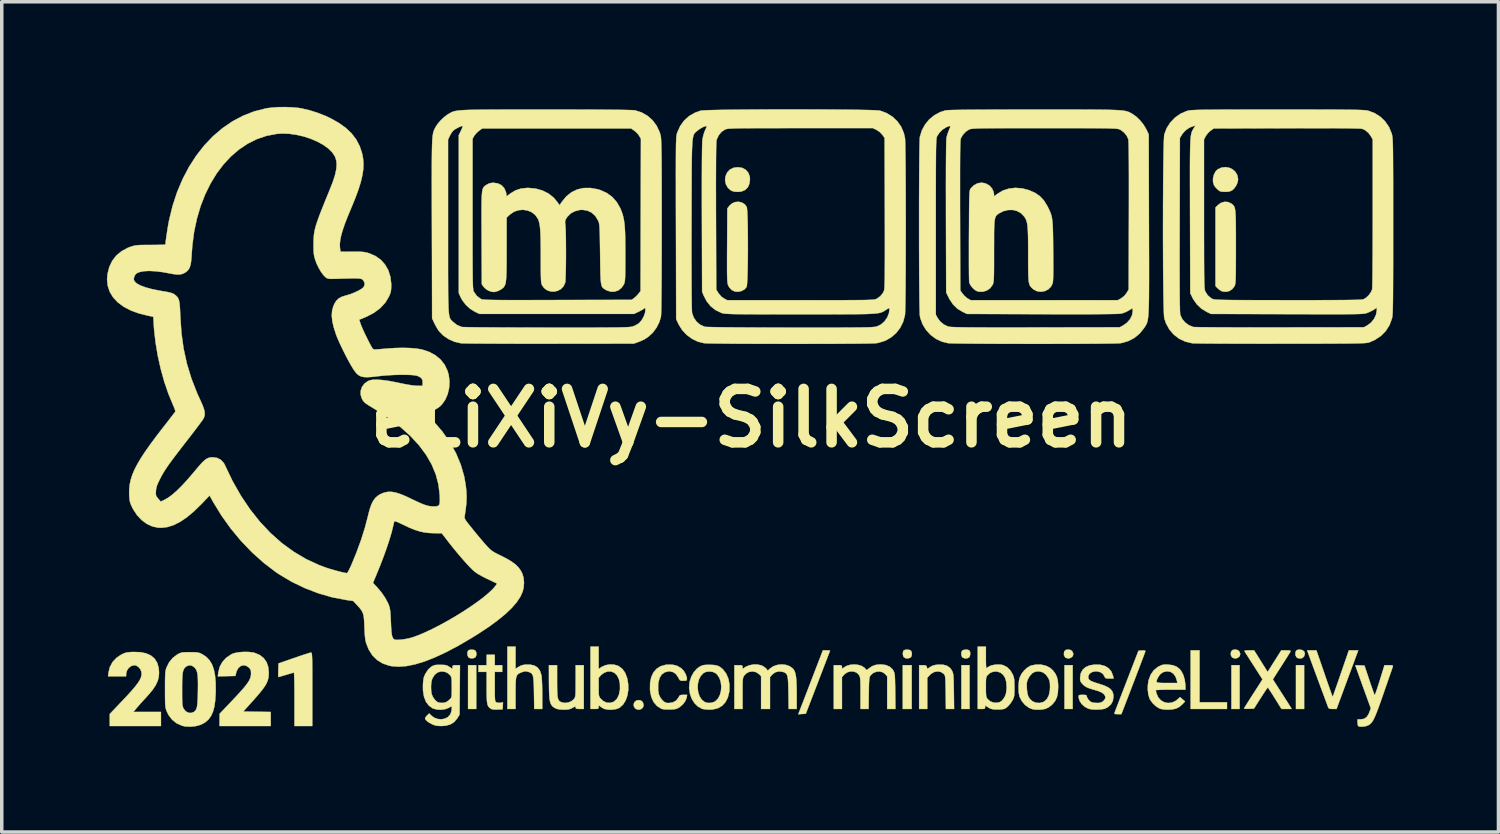
<source format=kicad_pcb>
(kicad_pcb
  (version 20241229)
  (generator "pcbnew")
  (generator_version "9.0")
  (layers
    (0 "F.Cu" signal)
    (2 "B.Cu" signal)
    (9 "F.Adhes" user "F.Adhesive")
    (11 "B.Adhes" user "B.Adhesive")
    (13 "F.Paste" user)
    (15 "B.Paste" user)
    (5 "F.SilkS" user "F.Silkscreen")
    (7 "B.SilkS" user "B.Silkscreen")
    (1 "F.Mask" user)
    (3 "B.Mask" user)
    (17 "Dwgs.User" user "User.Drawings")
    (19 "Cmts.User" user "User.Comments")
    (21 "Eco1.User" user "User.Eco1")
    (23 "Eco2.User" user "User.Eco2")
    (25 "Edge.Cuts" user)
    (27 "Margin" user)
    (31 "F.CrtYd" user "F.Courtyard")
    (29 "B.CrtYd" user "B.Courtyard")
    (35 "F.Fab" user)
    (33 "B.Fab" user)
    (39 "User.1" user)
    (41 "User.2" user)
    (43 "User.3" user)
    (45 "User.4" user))
  (footprint "eLiXiVy-SilkScreen"
    (layer "F.Cu")
    (at 18.391 8.881)
    (property "Reference" "eLiXiVy-SilkScreen" (at 0 0 0) (layer "F.SilkS") (effects (font (size 1.524 1.524) (thickness 0.3))))
    (attr through_hole)
    (fp_poly (pts (xy -7.853 8.297) (xy -8.086 8.297) (xy -8.086 7.048) (xy -7.853 7.048) (xy -7.853 8.297)) (stroke (width 0.01) (type solid)) (fill yes) (layer "F.SilkS"))
    (fp_poly (pts (xy 4.572 8.297) (xy 4.318 8.297) (xy 4.318 7.048) (xy 4.572 7.048) (xy 4.572 8.297)) (stroke (width 0.01) (type solid)) (fill yes) (layer "F.SilkS"))
    (fp_poly (pts (xy 6.223 8.297) (xy 5.99 8.297) (xy 5.99 7.048) (xy 6.223 7.048) (xy 6.223 8.297)) (stroke (width 0.01) (type solid)) (fill yes) (layer "F.SilkS"))
    (fp_poly (pts (xy 9.165 8.297) (xy 8.932 8.297) (xy 8.932 7.048) (xy 9.165 7.048) (xy 9.165 8.297)) (stroke (width 0.01) (type solid)) (fill yes) (layer "F.SilkS"))
    (fp_poly (pts (xy 13.928 8.297) (xy 13.695 8.297) (xy 13.695 7.048) (xy 13.928 7.048) (xy 13.928 8.297)) (stroke (width 0.01) (type solid)) (fill yes) (layer "F.SilkS"))
    (fp_poly (pts (xy 15.769 8.297) (xy 15.536 8.297) (xy 15.536 7.048) (xy 15.769 7.048) (xy 15.769 8.297)) (stroke (width 0.01) (type solid)) (fill yes) (layer "F.SilkS"))
    (fp_poly (pts (xy 12.785 8.107) (xy 13.568 8.107) (xy 13.568 8.297) (xy 12.531 8.297) (xy 12.531 6.625) (xy 12.785 6.625) (xy 12.785 8.107)) (stroke (width 0.01) (type solid)) (fill yes) (layer "F.SilkS"))
    (fp_poly (pts (xy -3.157 8.053) (xy -3.114 8.088) (xy -3.093 8.122) (xy -3.076 8.189) (xy -3.093 8.248) (xy -3.134 8.293) (xy -3.191 8.317) (xy -3.255 8.316) (xy -3.316 8.283) (xy -3.323 8.276) (xy -3.358 8.216) (xy -3.359 8.152) (xy -3.331 8.094) (xy -3.278 8.054) (xy -3.223 8.044) (xy -3.157 8.053)) (stroke (width 0.01) (type solid)) (fill yes) (layer "F.SilkS"))
    (fp_poly (pts (xy 9.093 6.611) (xy 9.144 6.64) (xy 9.153 6.651) (xy 9.183 6.718) (xy 9.172 6.779) (xy 9.144 6.816) (xy 9.085 6.85) (xy 9.017 6.855) (xy 8.958 6.83) (xy 8.946 6.819) (xy 8.915 6.756) (xy 8.919 6.681) (xy 8.933 6.645) (xy 8.972 6.613) (xy 9.03 6.602) (xy 9.093 6.611)) (stroke (width 0.01) (type solid)) (fill yes) (layer "F.SilkS"))
    (fp_poly (pts (xy 13.856 6.611) (xy 13.906 6.64) (xy 13.916 6.651) (xy 13.946 6.718) (xy 13.935 6.779) (xy 13.906 6.816) (xy 13.848 6.85) (xy 13.78 6.855) (xy 13.72 6.83) (xy 13.709 6.819) (xy 13.677 6.756) (xy 13.681 6.681) (xy 13.696 6.645) (xy 13.734 6.613) (xy 13.793 6.602) (xy 13.856 6.611)) (stroke (width 0.01) (type solid)) (fill yes) (layer "F.SilkS"))
    (fp_poly (pts (xy 15.722 6.619) (xy 15.773 6.659) (xy 15.791 6.718) (xy 15.772 6.788) (xy 15.757 6.811) (xy 15.709 6.848) (xy 15.644 6.858) (xy 15.58 6.842) (xy 15.55 6.819) (xy 15.519 6.756) (xy 15.523 6.681) (xy 15.537 6.645) (xy 15.569 6.615) (xy 15.628 6.604) (xy 15.641 6.604) (xy 15.722 6.619)) (stroke (width 0.01) (type solid)) (fill yes) (layer "F.SilkS"))
    (fp_poly (pts (xy -7.914 6.614) (xy -7.873 6.637) (xy -7.85 6.691) (xy -7.848 6.755) (xy -7.868 6.811) (xy -7.885 6.829) (xy -7.947 6.854) (xy -8.015 6.853) (xy -8.071 6.827) (xy -8.074 6.825) (xy -8.098 6.777) (xy -8.106 6.714) (xy -8.097 6.655) (xy -8.081 6.629) (xy -8.038 6.61) (xy -7.975 6.605) (xy -7.914 6.614)) (stroke (width 0.01) (type solid)) (fill yes) (layer "F.SilkS"))
    (fp_poly (pts (xy 4.511 6.614) (xy 4.552 6.637) (xy 4.575 6.691) (xy 4.576 6.755) (xy 4.557 6.811) (xy 4.54 6.829) (xy 4.478 6.854) (xy 4.409 6.853) (xy 4.354 6.827) (xy 4.351 6.825) (xy 4.327 6.777) (xy 4.319 6.714) (xy 4.328 6.655) (xy 4.343 6.629) (xy 4.387 6.61) (xy 4.45 6.605) (xy 4.511 6.614)) (stroke (width 0.01) (type solid)) (fill yes) (layer "F.SilkS"))
    (fp_poly (pts (xy 6.176 6.61) (xy 6.219 6.629) (xy 6.239 6.675) (xy 6.242 6.738) (xy 6.228 6.798) (xy 6.211 6.825) (xy 6.157 6.852) (xy 6.09 6.855) (xy 6.028 6.833) (xy 6.025 6.831) (xy 5.996 6.788) (xy 5.986 6.726) (xy 5.995 6.664) (xy 6.011 6.636) (xy 6.052 6.614) (xy 6.113 6.605) (xy 6.176 6.61)) (stroke (width 0.01) (type solid)) (fill yes) (layer "F.SilkS"))
    (fp_poly (pts (xy -0.267 -7.142) (xy -0.167 -7.09) (xy -0.093 -7.008) (xy -0.051 -6.902) (xy -0.042 -6.816) (xy -0.059 -6.686) (xy -0.106 -6.583) (xy -0.184 -6.509) (xy -0.289 -6.466) (xy -0.391 -6.456) (xy -0.496 -6.464) (xy -0.574 -6.49) (xy -0.588 -6.498) (xy -0.673 -6.573) (xy -0.729 -6.673) (xy -0.753 -6.786) (xy -0.742 -6.897) (xy -0.692 -7.011) (xy -0.614 -7.094) (xy -0.51 -7.144) (xy -0.389 -7.16) (xy -0.267 -7.142)) (stroke (width 0.01) (type solid)) (fill yes) (layer "F.SilkS"))
    (fp_poly (pts (xy 2.2 6.626) (xy 2.237 6.629) (xy 2.243 6.63) (xy 2.236 6.651) (xy 2.215 6.706) (xy 2.181 6.794) (xy 2.137 6.909) (xy 2.084 7.048) (xy 2.023 7.206) (xy 1.956 7.38) (xy 1.897 7.535) (xy 1.55 8.435) (xy 1.443 8.441) (xy 1.336 8.448) (xy 1.416 8.24) (xy 1.443 8.17) (xy 1.483 8.068) (xy 1.533 7.938) (xy 1.591 7.788) (xy 1.654 7.623) (xy 1.72 7.451) (xy 1.767 7.329) (xy 2.038 6.625) (xy 2.141 6.625) (xy 2.2 6.626)) (stroke (width 0.01) (type solid)) (fill yes) (layer "F.SilkS"))
    (fp_poly (pts (xy 13.632 -7.145) (xy 13.73 -7.098) (xy 13.809 -7.026) (xy 13.863 -6.933) (xy 13.885 -6.821) (xy 13.885 -6.81) (xy 13.869 -6.722) (xy 13.826 -6.628) (xy 13.766 -6.546) (xy 13.718 -6.504) (xy 13.654 -6.472) (xy 13.579 -6.458) (xy 13.528 -6.458) (xy 13.456 -6.46) (xy 13.399 -6.466) (xy 13.377 -6.471) (xy 13.328 -6.501) (xy 13.271 -6.553) (xy 13.22 -6.613) (xy 13.196 -6.651) (xy 13.169 -6.741) (xy 13.17 -6.845) (xy 13.196 -6.948) (xy 13.242 -7.038) (xy 13.304 -7.1) (xy 13.412 -7.149) (xy 13.524 -7.163) (xy 13.632 -7.145)) (stroke (width 0.01) (type solid)) (fill yes) (layer "F.SilkS"))
    (fp_poly (pts (xy 11.232 6.633) (xy 11.237 6.651) (xy 11.234 6.666) (xy 11.224 6.694) (xy 11.201 6.758) (xy 11.165 6.852) (xy 11.119 6.974) (xy 11.065 7.117) (xy 11.003 7.279) (xy 10.936 7.455) (xy 10.889 7.577) (xy 10.555 8.445) (xy 10.451 8.445) (xy 10.39 8.443) (xy 10.361 8.435) (xy 10.357 8.416) (xy 10.36 8.408) (xy 10.37 8.381) (xy 10.393 8.319) (xy 10.429 8.226) (xy 10.475 8.106) (xy 10.53 7.963) (xy 10.592 7.802) (xy 10.66 7.626) (xy 10.707 7.504) (xy 11.043 6.636) (xy 11.144 6.629) (xy 11.204 6.627) (xy 11.232 6.633)) (stroke (width 0.01) (type solid)) (fill yes) (layer "F.SilkS"))
    (fp_poly (pts (xy -7.324 7.048) (xy -7.112 7.048) (xy -7.112 7.239) (xy -7.324 7.239) (xy -7.324 7.662) (xy -7.323 7.805) (xy -7.323 7.913) (xy -7.32 7.989) (xy -7.316 8.041) (xy -7.31 8.073) (xy -7.3 8.092) (xy -7.287 8.104) (xy -7.278 8.108) (xy -7.226 8.122) (xy -7.163 8.121) (xy -7.161 8.121) (xy -7.089 8.109) (xy -7.095 8.209) (xy -7.101 8.308) (xy -7.25 8.314) (xy -7.344 8.314) (xy -7.408 8.304) (xy -7.445 8.286) (xy -7.48 8.258) (xy -7.507 8.227) (xy -7.527 8.186) (xy -7.54 8.129) (xy -7.549 8.052) (xy -7.554 7.948) (xy -7.556 7.811) (xy -7.556 7.685) (xy -7.556 7.239) (xy -7.789 7.239) (xy -7.789 7.048) (xy -7.556 7.048) (xy -7.556 6.752) (xy -7.324 6.752) (xy -7.324 7.048)) (stroke (width 0.01) (type solid)) (fill yes) (layer "F.SilkS"))
    (fp_poly (pts (xy 13.596 -6.167) (xy 13.692 -6.123) (xy 13.706 -6.113) (xy 13.731 -6.092) (xy 13.752 -6.071) (xy 13.77 -6.046) (xy 13.785 -6.014) (xy 13.796 -5.97) (xy 13.805 -5.911) (xy 13.811 -5.834) (xy 13.816 -5.734) (xy 13.819 -5.609) (xy 13.821 -5.455) (xy 13.822 -5.268) (xy 13.822 -5.044) (xy 13.822 -4.885) (xy 13.822 -4.646) (xy 13.821 -4.446) (xy 13.821 -4.28) (xy 13.819 -4.146) (xy 13.817 -4.039) (xy 13.814 -3.956) (xy 13.811 -3.893) (xy 13.806 -3.847) (xy 13.8 -3.813) (xy 13.793 -3.789) (xy 13.785 -3.769) (xy 13.721 -3.684) (xy 13.635 -3.628) (xy 13.538 -3.604) (xy 13.438 -3.616) (xy 13.409 -3.627) (xy 13.349 -3.664) (xy 13.294 -3.713) (xy 13.293 -3.714) (xy 13.24 -3.771) (xy 13.24 -6.009) (xy 13.301 -6.073) (xy 13.392 -6.141) (xy 13.493 -6.173) (xy 13.596 -6.167)) (stroke (width 0.01) (type solid)) (fill yes) (layer "F.SilkS"))
    (fp_poly (pts (xy -12.559 6.691) (xy -12.552 6.699) (xy -12.546 6.717) (xy -12.542 6.749) (xy -12.538 6.797) (xy -12.535 6.866) (xy -12.533 6.958) (xy -12.532 7.077) (xy -12.531 7.227) (xy -12.531 7.411) (xy -12.531 7.632) (xy -12.531 7.736) (xy -12.531 8.784) (xy -13.039 8.784) (xy -13.039 8.022) (xy -13.039 7.847) (xy -13.04 7.687) (xy -13.042 7.545) (xy -13.045 7.427) (xy -13.048 7.337) (xy -13.051 7.28) (xy -13.055 7.26) (xy -13.08 7.266) (xy -13.137 7.282) (xy -13.216 7.305) (xy -13.28 7.324) (xy -13.368 7.35) (xy -13.439 7.371) (xy -13.485 7.384) (xy -13.498 7.387) (xy -13.501 7.368) (xy -13.502 7.315) (xy -13.501 7.239) (xy -13.5 7.192) (xy -13.494 6.997) (xy -13.049 6.843) (xy -12.918 6.798) (xy -12.799 6.758) (xy -12.698 6.726) (xy -12.622 6.702) (xy -12.576 6.69) (xy -12.568 6.689) (xy -12.559 6.691)) (stroke (width 0.01) (type solid)) (fill yes) (layer "F.SilkS"))
    (fp_poly (pts (xy 5.472 7.035) (xy 5.584 7.068) (xy 5.669 7.13) (xy 5.719 7.2) (xy 5.734 7.231) (xy 5.746 7.263) (xy 5.755 7.301) (xy 5.762 7.351) (xy 5.767 7.421) (xy 5.77 7.514) (xy 5.772 7.638) (xy 5.775 7.795) (xy 5.781 8.297) (xy 5.548 8.297) (xy 5.542 7.823) (xy 5.539 7.669) (xy 5.537 7.552) (xy 5.534 7.466) (xy 5.529 7.405) (xy 5.523 7.363) (xy 5.514 7.334) (xy 5.502 7.314) (xy 5.486 7.296) (xy 5.486 7.296) (xy 5.41 7.243) (xy 5.319 7.225) (xy 5.224 7.24) (xy 5.134 7.287) (xy 5.081 7.336) (xy 5.016 7.41) (xy 5.016 8.297) (xy 4.784 8.297) (xy 4.784 7.048) (xy 4.887 7.048) (xy 4.95 7.051) (xy 4.984 7.062) (xy 5 7.087) (xy 5.004 7.101) (xy 5.017 7.154) (xy 5.102 7.099) (xy 5.171 7.062) (xy 5.251 7.041) (xy 5.33 7.033) (xy 5.472 7.035)) (stroke (width 0.01) (type solid)) (fill yes) (layer "F.SilkS"))
    (fp_poly (pts (xy -6.731 7.153) (xy -6.655 7.101) (xy -6.563 7.054) (xy -6.46 7.031) (xy -6.332 7.031) (xy -6.316 7.032) (xy -6.195 7.058) (xy -6.103 7.115) (xy -6.036 7.204) (xy -5.995 7.327) (xy -5.99 7.356) (xy -5.983 7.418) (xy -5.978 7.513) (xy -5.973 7.631) (xy -5.97 7.764) (xy -5.969 7.89) (xy -5.969 8.297) (xy -6.198 8.297) (xy -6.205 7.836) (xy -6.208 7.668) (xy -6.213 7.538) (xy -6.221 7.439) (xy -6.232 7.367) (xy -6.25 7.317) (xy -6.275 7.283) (xy -6.308 7.26) (xy -6.352 7.243) (xy -6.37 7.237) (xy -6.432 7.223) (xy -6.487 7.228) (xy -6.55 7.248) (xy -6.606 7.271) (xy -6.649 7.294) (xy -6.681 7.324) (xy -6.703 7.366) (xy -6.718 7.426) (xy -6.726 7.509) (xy -6.73 7.62) (xy -6.731 7.766) (xy -6.731 7.845) (xy -6.731 8.297) (xy -6.964 8.297) (xy -6.964 6.519) (xy -6.731 6.519) (xy -6.731 7.153)) (stroke (width 0.01) (type solid)) (fill yes) (layer "F.SilkS"))
    (fp_poly (pts (xy -0.27 -6.151) (xy -0.189 -6.1) (xy -0.137 -6.03) (xy -0.129 -5.994) (xy -0.122 -5.92) (xy -0.116 -5.813) (xy -0.111 -5.68) (xy -0.107 -5.524) (xy -0.104 -5.351) (xy -0.103 -5.165) (xy -0.102 -4.973) (xy -0.102 -4.778) (xy -0.103 -4.586) (xy -0.106 -4.402) (xy -0.109 -4.231) (xy -0.113 -4.077) (xy -0.118 -3.947) (xy -0.125 -3.844) (xy -0.132 -3.774) (xy -0.139 -3.744) (xy -0.195 -3.677) (xy -0.279 -3.63) (xy -0.376 -3.607) (xy -0.474 -3.613) (xy -0.476 -3.614) (xy -0.562 -3.656) (xy -0.632 -3.73) (xy -0.666 -3.794) (xy -0.674 -3.819) (xy -0.68 -3.85) (xy -0.686 -3.892) (xy -0.69 -3.948) (xy -0.693 -4.021) (xy -0.695 -4.117) (xy -0.696 -4.237) (xy -0.696 -4.387) (xy -0.696 -4.569) (xy -0.695 -4.788) (xy -0.694 -4.934) (xy -0.688 -5.983) (xy -0.63 -6.059) (xy -0.554 -6.128) (xy -0.462 -6.166) (xy -0.365 -6.174) (xy -0.27 -6.151)) (stroke (width 0.01) (type solid)) (fill yes) (layer "F.SilkS"))
    (fp_poly (pts (xy 16.35 7.292) (xy 16.404 7.451) (xy 16.455 7.596) (xy 16.499 7.722) (xy 16.536 7.826) (xy 16.563 7.901) (xy 16.58 7.945) (xy 16.584 7.954) (xy 16.592 7.933) (xy 16.612 7.877) (xy 16.642 7.791) (xy 16.681 7.678) (xy 16.728 7.545) (xy 16.78 7.395) (xy 16.817 7.287) (xy 17.045 6.625) (xy 17.314 6.625) (xy 17.264 6.757) (xy 17.245 6.809) (xy 17.214 6.894) (xy 17.172 7.007) (xy 17.121 7.144) (xy 17.064 7.297) (xy 17.003 7.462) (xy 16.954 7.594) (xy 16.694 8.297) (xy 16.583 8.297) (xy 16.517 8.295) (xy 16.48 8.285) (xy 16.46 8.262) (xy 16.451 8.239) (xy 16.438 8.205) (xy 16.413 8.136) (xy 16.377 8.039) (xy 16.333 7.919) (xy 16.282 7.782) (xy 16.226 7.633) (xy 16.214 7.599) (xy 16.154 7.439) (xy 16.096 7.282) (xy 16.041 7.134) (xy 15.993 7.004) (xy 15.954 6.898) (xy 15.927 6.824) (xy 15.926 6.821) (xy 15.855 6.625) (xy 16.12 6.625) (xy 16.35 7.292)) (stroke (width 0.01) (type solid)) (fill yes) (layer "F.SilkS"))
    (fp_poly (pts (xy -5.546 7.505) (xy -5.545 7.672) (xy -5.542 7.803) (xy -5.537 7.902) (xy -5.527 7.974) (xy -5.512 8.025) (xy -5.491 8.061) (xy -5.463 8.085) (xy -5.43 8.103) (xy -5.331 8.126) (xy -5.227 8.115) (xy -5.13 8.073) (xy -5.062 8.011) (xy -5.047 7.99) (xy -5.036 7.966) (xy -5.028 7.934) (xy -5.022 7.887) (xy -5.019 7.819) (xy -5.017 7.724) (xy -5.017 7.597) (xy -5.016 7.501) (xy -5.016 7.048) (xy -4.784 7.048) (xy -4.784 8.297) (xy -4.9 8.297) (xy -4.968 8.295) (xy -5.003 8.287) (xy -5.015 8.27) (xy -5.016 8.256) (xy -5.019 8.233) (xy -5.033 8.229) (xy -5.068 8.245) (xy -5.106 8.267) (xy -5.166 8.295) (xy -5.228 8.311) (xy -5.308 8.317) (xy -5.355 8.318) (xy -5.47 8.312) (xy -5.557 8.294) (xy -5.581 8.284) (xy -5.637 8.254) (xy -5.68 8.219) (xy -5.714 8.175) (xy -5.739 8.116) (xy -5.757 8.038) (xy -5.768 7.936) (xy -5.774 7.805) (xy -5.777 7.639) (xy -5.778 7.53) (xy -5.779 7.048) (xy -5.546 7.048) (xy -5.546 7.505)) (stroke (width 0.01) (type solid)) (fill yes) (layer "F.SilkS"))
    (fp_poly (pts (xy -17.44 6.677) (xy -17.271 6.711) (xy -17.134 6.773) (xy -17.029 6.863) (xy -16.955 6.981) (xy -16.913 7.127) (xy -16.903 7.262) (xy -16.912 7.384) (xy -16.943 7.501) (xy -16.998 7.619) (xy -17.081 7.745) (xy -17.196 7.884) (xy -17.255 7.949) (xy -17.337 8.039) (xy -17.419 8.129) (xy -17.49 8.209) (xy -17.542 8.269) (xy -17.544 8.272) (xy -17.636 8.382) (xy -16.849 8.382) (xy -16.849 8.784) (xy -18.309 8.784) (xy -18.309 8.441) (xy -17.944 8.057) (xy -17.793 7.897) (xy -17.671 7.761) (xy -17.575 7.647) (xy -17.503 7.551) (xy -17.452 7.469) (xy -17.419 7.398) (xy -17.404 7.333) (xy -17.402 7.271) (xy -17.408 7.232) (xy -17.437 7.161) (xy -17.491 7.1) (xy -17.555 7.059) (xy -17.603 7.048) (xy -17.688 7.068) (xy -17.763 7.121) (xy -17.817 7.197) (xy -17.842 7.289) (xy -17.843 7.311) (xy -17.843 7.366) (xy -18.357 7.366) (xy -18.345 7.258) (xy -18.305 7.099) (xy -18.229 6.958) (xy -18.117 6.838) (xy -17.988 6.751) (xy -17.922 6.718) (xy -17.865 6.696) (xy -17.804 6.683) (xy -17.726 6.675) (xy -17.64 6.671) (xy -17.44 6.677)) (stroke (width 0.01) (type solid)) (fill yes) (layer "F.SilkS"))
    (fp_poly (pts (xy -14.347 6.671) (xy -14.228 6.685) (xy -14.178 6.696) (xy -14.031 6.758) (xy -13.917 6.846) (xy -13.835 6.962) (xy -13.787 7.103) (xy -13.772 7.259) (xy -13.775 7.343) (xy -13.785 7.42) (xy -13.806 7.495) (xy -13.839 7.572) (xy -13.889 7.655) (xy -13.957 7.75) (xy -14.047 7.861) (xy -14.16 7.992) (xy -14.301 8.149) (xy -14.305 8.154) (xy -14.502 8.371) (xy -14.109 8.377) (xy -13.716 8.383) (xy -13.716 8.784) (xy -15.177 8.784) (xy -15.176 8.61) (xy -15.175 8.435) (xy -14.8 8.041) (xy -14.656 7.888) (xy -14.541 7.76) (xy -14.45 7.654) (xy -14.382 7.564) (xy -14.333 7.488) (xy -14.302 7.421) (xy -14.284 7.36) (xy -14.278 7.299) (xy -14.278 7.285) (xy -14.282 7.213) (xy -14.296 7.167) (xy -14.328 7.127) (xy -14.347 7.109) (xy -14.427 7.06) (xy -14.507 7.05) (xy -14.582 7.077) (xy -14.646 7.137) (xy -14.693 7.227) (xy -14.708 7.284) (xy -14.723 7.355) (xy -14.974 7.361) (xy -15.225 7.367) (xy -15.212 7.257) (xy -15.173 7.098) (xy -15.096 6.957) (xy -14.985 6.836) (xy -14.843 6.74) (xy -14.82 6.728) (xy -14.729 6.698) (xy -14.611 6.678) (xy -14.479 6.669) (xy -14.347 6.671)) (stroke (width 0.01) (type solid)) (fill yes) (layer "F.SilkS"))
    (fp_poly (pts (xy -1.077 7.042) (xy -0.988 7.057) (xy -0.916 7.087) (xy -0.848 7.137) (xy -0.806 7.177) (xy -0.718 7.294) (xy -0.658 7.436) (xy -0.628 7.598) (xy -0.63 7.771) (xy -0.634 7.807) (xy -0.674 7.971) (xy -0.743 8.105) (xy -0.838 8.208) (xy -0.96 8.277) (xy -1.105 8.312) (xy -1.196 8.317) (xy -1.281 8.313) (xy -1.359 8.304) (xy -1.408 8.293) (xy -1.525 8.23) (xy -1.624 8.134) (xy -1.702 8.01) (xy -1.754 7.865) (xy -1.777 7.705) (xy -1.535 7.705) (xy -1.518 7.829) (xy -1.478 7.942) (xy -1.416 8.035) (xy -1.332 8.101) (xy -1.331 8.101) (xy -1.243 8.126) (xy -1.144 8.122) (xy -1.053 8.091) (xy -1.035 8.08) (xy -0.957 8.005) (xy -0.902 7.903) (xy -0.87 7.784) (xy -0.861 7.657) (xy -0.875 7.531) (xy -0.913 7.416) (xy -0.974 7.321) (xy -1.023 7.276) (xy -1.106 7.239) (xy -1.203 7.227) (xy -1.298 7.24) (xy -1.369 7.273) (xy -1.446 7.354) (xy -1.5 7.459) (xy -1.529 7.579) (xy -1.535 7.705) (xy -1.777 7.705) (xy -1.777 7.704) (xy -1.778 7.672) (xy -1.762 7.519) (xy -1.715 7.373) (xy -1.643 7.245) (xy -1.549 7.141) (xy -1.486 7.097) (xy -1.433 7.068) (xy -1.383 7.05) (xy -1.324 7.041) (xy -1.243 7.038) (xy -1.196 7.038) (xy -1.077 7.042)) (stroke (width 0.01) (type solid)) (fill yes) (layer "F.SilkS"))
    (fp_poly (pts (xy -4.36 7.155) (xy -4.272 7.097) (xy -4.165 7.049) (xy -4.041 7.027) (xy -3.914 7.034) (xy -3.8 7.069) (xy -3.789 7.075) (xy -3.683 7.155) (xy -3.602 7.269) (xy -3.547 7.415) (xy -3.546 7.418) (xy -3.517 7.59) (xy -3.515 7.757) (xy -3.54 7.914) (xy -3.589 8.053) (xy -3.661 8.169) (xy -3.754 8.255) (xy -3.778 8.27) (xy -3.862 8.301) (xy -3.967 8.317) (xy -4.076 8.318) (xy -4.174 8.303) (xy -4.223 8.285) (xy -4.279 8.251) (xy -4.323 8.219) (xy -4.35 8.198) (xy -4.359 8.211) (xy -4.36 8.241) (xy -4.363 8.273) (xy -4.378 8.29) (xy -4.415 8.296) (xy -4.477 8.297) (xy -4.593 8.297) (xy -4.593 7.41) (xy -4.36 7.41) (xy -4.36 7.671) (xy -4.36 7.782) (xy -4.357 7.86) (xy -4.351 7.913) (xy -4.34 7.95) (xy -4.323 7.979) (xy -4.315 7.99) (xy -4.229 8.071) (xy -4.133 8.117) (xy -4.033 8.124) (xy -3.936 8.094) (xy -3.914 8.08) (xy -3.834 8.002) (xy -3.781 7.891) (xy -3.753 7.747) (xy -3.751 7.727) (xy -3.754 7.576) (xy -3.782 7.446) (xy -3.834 7.342) (xy -3.908 7.268) (xy -3.998 7.229) (xy -4.096 7.227) (xy -4.196 7.26) (xy -4.282 7.321) (xy -4.295 7.335) (xy -4.36 7.41) (xy -4.593 7.41) (xy -4.593 6.519) (xy -4.36 6.519) (xy -4.36 7.155)) (stroke (width 0.01) (type solid)) (fill yes) (layer "F.SilkS"))
    (fp_poly (pts (xy 14.728 7.241) (xy 15.117 6.625) (xy 15.255 6.625) (xy 15.331 6.627) (xy 15.372 6.634) (xy 15.383 6.648) (xy 15.382 6.653) (xy 15.368 6.679) (xy 15.334 6.734) (xy 15.285 6.814) (xy 15.223 6.912) (xy 15.152 7.024) (xy 15.124 7.067) (xy 14.877 7.453) (xy 15.104 7.807) (xy 15.177 7.92) (xy 15.244 8.026) (xy 15.302 8.116) (xy 15.346 8.186) (xy 15.371 8.227) (xy 15.372 8.229) (xy 15.414 8.297) (xy 15.269 8.297) (xy 15.124 8.297) (xy 14.933 7.991) (xy 14.87 7.89) (xy 14.814 7.804) (xy 14.77 7.737) (xy 14.741 7.695) (xy 14.732 7.684) (xy 14.718 7.701) (xy 14.685 7.748) (xy 14.637 7.819) (xy 14.579 7.908) (xy 14.529 7.985) (xy 14.338 8.287) (xy 14.196 8.293) (xy 14.125 8.294) (xy 14.074 8.292) (xy 14.055 8.287) (xy 14.055 8.287) (xy 14.066 8.265) (xy 14.095 8.215) (xy 14.141 8.142) (xy 14.197 8.053) (xy 14.227 8.005) (xy 14.297 7.896) (xy 14.368 7.787) (xy 14.432 7.687) (xy 14.482 7.61) (xy 14.491 7.595) (xy 14.581 7.454) (xy 14.333 7.066) (xy 14.259 6.951) (xy 14.193 6.847) (xy 14.137 6.759) (xy 14.095 6.694) (xy 14.072 6.657) (xy 14.068 6.652) (xy 14.07 6.637) (xy 14.1 6.629) (xy 14.164 6.625) (xy 14.197 6.625) (xy 14.342 6.625) (xy 14.728 7.241)) (stroke (width 0.01) (type solid)) (fill yes) (layer "F.SilkS"))
    (fp_poly (pts (xy 18.256 7.049) (xy 18.292 7.055) (xy 18.303 7.069) (xy 18.298 7.095) (xy 18.297 7.096) (xy 18.287 7.127) (xy 18.265 7.192) (xy 18.231 7.288) (xy 18.189 7.409) (xy 18.14 7.551) (xy 18.085 7.708) (xy 18.032 7.862) (xy 17.96 8.068) (xy 17.899 8.238) (xy 17.847 8.375) (xy 17.803 8.485) (xy 17.765 8.569) (xy 17.73 8.634) (xy 17.697 8.682) (xy 17.664 8.718) (xy 17.629 8.745) (xy 17.589 8.768) (xy 17.588 8.768) (xy 17.517 8.792) (xy 17.432 8.803) (xy 17.353 8.8) (xy 17.32 8.791) (xy 17.302 8.764) (xy 17.294 8.707) (xy 17.293 8.687) (xy 17.293 8.594) (xy 17.386 8.594) (xy 17.476 8.58) (xy 17.547 8.535) (xy 17.603 8.456) (xy 17.629 8.394) (xy 17.672 8.28) (xy 17.451 7.67) (xy 17.396 7.518) (xy 17.346 7.38) (xy 17.303 7.259) (xy 17.268 7.162) (xy 17.244 7.093) (xy 17.231 7.057) (xy 17.23 7.053) (xy 17.249 7.05) (xy 17.299 7.051) (xy 17.36 7.053) (xy 17.491 7.059) (xy 17.63 7.476) (xy 17.672 7.601) (xy 17.711 7.712) (xy 17.743 7.804) (xy 17.767 7.869) (xy 17.78 7.901) (xy 17.781 7.904) (xy 17.791 7.888) (xy 17.811 7.838) (xy 17.839 7.758) (xy 17.873 7.654) (xy 17.912 7.533) (xy 17.928 7.482) (xy 18.062 7.048) (xy 18.187 7.048) (xy 18.256 7.049)) (stroke (width 0.01) (type solid)) (fill yes) (layer "F.SilkS"))
    (fp_poly (pts (xy -2.244 7.035) (xy -2.111 7.071) (xy -2 7.139) (xy -1.929 7.215) (xy -1.875 7.308) (xy -1.845 7.401) (xy -1.842 7.435) (xy -1.845 7.47) (xy -1.861 7.487) (xy -1.902 7.493) (xy -1.943 7.493) (xy -2.005 7.491) (xy -2.041 7.477) (xy -2.066 7.442) (xy -2.085 7.403) (xy -2.149 7.308) (xy -2.231 7.247) (xy -2.328 7.223) (xy -2.368 7.224) (xy -2.478 7.253) (xy -2.562 7.315) (xy -2.62 7.409) (xy -2.654 7.537) (xy -2.662 7.618) (xy -2.662 7.765) (xy -2.642 7.882) (xy -2.598 7.977) (xy -2.54 8.048) (xy -2.487 8.096) (xy -2.441 8.12) (xy -2.383 8.128) (xy -2.357 8.128) (xy -2.243 8.11) (xy -2.151 8.06) (xy -2.086 7.979) (xy -2.081 7.969) (xy -2.056 7.925) (xy -2.029 7.903) (xy -1.983 7.896) (xy -1.941 7.895) (xy -1.836 7.895) (xy -1.848 7.971) (xy -1.883 8.066) (xy -1.951 8.16) (xy -2.046 8.242) (xy -2.059 8.251) (xy -2.108 8.28) (xy -2.158 8.298) (xy -2.222 8.308) (xy -2.313 8.313) (xy -2.327 8.313) (xy -2.456 8.312) (xy -2.547 8.299) (xy -2.573 8.29) (xy -2.695 8.212) (xy -2.789 8.104) (xy -2.854 7.966) (xy -2.89 7.799) (xy -2.895 7.739) (xy -2.892 7.552) (xy -2.859 7.39) (xy -2.797 7.256) (xy -2.707 7.152) (xy -2.591 7.078) (xy -2.449 7.038) (xy -2.402 7.033) (xy -2.244 7.035)) (stroke (width 0.01) (type solid)) (fill yes) (layer "F.SilkS"))
    (fp_poly (pts (xy 0.975 7.038) (xy 1.084 7.075) (xy 1.173 7.136) (xy 1.204 7.172) (xy 1.232 7.221) (xy 1.253 7.285) (xy 1.269 7.368) (xy 1.281 7.476) (xy 1.287 7.613) (xy 1.291 7.785) (xy 1.291 7.89) (xy 1.291 8.297) (xy 1.062 8.297) (xy 1.055 7.836) (xy 1.052 7.668) (xy 1.047 7.538) (xy 1.04 7.439) (xy 1.028 7.367) (xy 1.01 7.317) (xy 0.985 7.283) (xy 0.952 7.26) (xy 0.908 7.243) (xy 0.889 7.237) (xy 0.782 7.225) (xy 0.68 7.251) (xy 0.594 7.314) (xy 0.584 7.326) (xy 0.529 7.39) (xy 0.529 8.297) (xy 0.275 8.297) (xy 0.275 7.363) (xy 0.215 7.302) (xy 0.132 7.247) (xy 0.037 7.226) (xy -0.06 7.238) (xy -0.147 7.281) (xy -0.206 7.343) (xy -0.222 7.369) (xy -0.234 7.395) (xy -0.243 7.43) (xy -0.248 7.477) (xy -0.252 7.545) (xy -0.253 7.639) (xy -0.254 7.765) (xy -0.254 7.856) (xy -0.254 8.297) (xy -0.487 8.297) (xy -0.487 7.048) (xy -0.37 7.048) (xy -0.304 7.05) (xy -0.269 7.057) (xy -0.256 7.075) (xy -0.254 7.102) (xy -0.254 7.155) (xy -0.169 7.098) (xy -0.07 7.054) (xy 0.048 7.03) (xy 0.169 7.03) (xy 0.278 7.052) (xy 0.312 7.067) (xy 0.373 7.105) (xy 0.422 7.146) (xy 0.432 7.158) (xy 0.465 7.205) (xy 0.524 7.149) (xy 0.619 7.082) (xy 0.733 7.042) (xy 0.855 7.027) (xy 0.975 7.038)) (stroke (width 0.01) (type solid)) (fill yes) (layer "F.SilkS"))
    (fp_poly (pts (xy 8.26 7.032) (xy 8.397 7.063) (xy 8.517 7.122) (xy 8.603 7.199) (xy 8.671 7.29) (xy 8.715 7.383) (xy 8.741 7.489) (xy 8.751 7.619) (xy 8.751 7.673) (xy 8.743 7.834) (xy 8.715 7.963) (xy 8.665 8.07) (xy 8.59 8.162) (xy 8.568 8.183) (xy 8.48 8.251) (xy 8.392 8.293) (xy 8.289 8.314) (xy 8.184 8.319) (xy 8.089 8.315) (xy 8.018 8.303) (xy 7.95 8.278) (xy 7.913 8.26) (xy 7.805 8.181) (xy 7.714 8.074) (xy 7.651 7.95) (xy 7.642 7.92) (xy 7.627 7.831) (xy 7.621 7.719) (xy 7.623 7.599) (xy 7.625 7.578) (xy 7.855 7.578) (xy 7.855 7.654) (xy 7.857 7.706) (xy 7.87 7.837) (xy 7.897 7.936) (xy 7.943 8.012) (xy 8.011 8.073) (xy 8.021 8.08) (xy 8.115 8.12) (xy 8.22 8.127) (xy 8.321 8.101) (xy 8.352 8.085) (xy 8.432 8.011) (xy 8.487 7.903) (xy 8.515 7.765) (xy 8.52 7.673) (xy 8.517 7.578) (xy 8.508 7.51) (xy 8.489 7.454) (xy 8.467 7.41) (xy 8.398 7.314) (xy 8.318 7.254) (xy 8.22 7.226) (xy 8.21 7.225) (xy 8.105 7.231) (xy 8.018 7.273) (xy 7.943 7.354) (xy 7.909 7.411) (xy 7.879 7.471) (xy 7.862 7.522) (xy 7.855 7.578) (xy 7.625 7.578) (xy 7.634 7.488) (xy 7.654 7.402) (xy 7.654 7.402) (xy 7.704 7.298) (xy 7.78 7.2) (xy 7.87 7.118) (xy 7.962 7.065) (xy 7.973 7.061) (xy 8.116 7.031) (xy 8.26 7.032)) (stroke (width 0.01) (type solid)) (fill yes) (layer "F.SilkS"))
    (fp_poly (pts (xy 11.885 7.031) (xy 12.025 7.05) (xy 12.135 7.093) (xy 12.223 7.164) (xy 12.268 7.222) (xy 12.323 7.33) (xy 12.362 7.465) (xy 12.381 7.609) (xy 12.383 7.655) (xy 12.383 7.747) (xy 11.959 7.747) (xy 11.831 7.748) (xy 11.718 7.75) (xy 11.627 7.753) (xy 11.564 7.757) (xy 11.537 7.762) (xy 11.536 7.763) (xy 11.541 7.792) (xy 11.554 7.844) (xy 11.558 7.857) (xy 11.608 7.969) (xy 11.684 8.052) (xy 11.779 8.106) (xy 11.885 8.128) (xy 11.995 8.116) (xy 12.101 8.069) (xy 12.161 8.021) (xy 12.226 7.959) (xy 12.372 8.082) (xy 12.298 8.161) (xy 12.211 8.237) (xy 12.117 8.286) (xy 12.004 8.311) (xy 11.885 8.318) (xy 11.766 8.312) (xy 11.677 8.296) (xy 11.631 8.278) (xy 11.535 8.216) (xy 11.444 8.129) (xy 11.374 8.031) (xy 11.355 7.992) (xy 11.323 7.878) (xy 11.308 7.742) (xy 11.312 7.601) (xy 11.328 7.5) (xy 11.557 7.5) (xy 11.562 7.528) (xy 11.59 7.545) (xy 11.647 7.553) (xy 11.738 7.556) (xy 11.855 7.556) (xy 12.153 7.556) (xy 12.138 7.488) (xy 12.098 7.371) (xy 12.034 7.286) (xy 11.951 7.236) (xy 11.852 7.223) (xy 11.84 7.224) (xy 11.736 7.252) (xy 11.655 7.315) (xy 11.6 7.399) (xy 11.571 7.458) (xy 11.557 7.5) (xy 11.328 7.5) (xy 11.333 7.474) (xy 11.391 7.319) (xy 11.478 7.194) (xy 11.593 7.1) (xy 11.622 7.084) (xy 11.691 7.051) (xy 11.75 7.034) (xy 11.818 7.029) (xy 11.885 7.031)) (stroke (width 0.01) (type solid)) (fill yes) (layer "F.SilkS"))
    (fp_poly (pts (xy 3.829 7.043) (xy 3.941 7.089) (xy 4.024 7.164) (xy 4.052 7.208) (xy 4.066 7.238) (xy 4.077 7.271) (xy 4.085 7.312) (xy 4.091 7.369) (xy 4.095 7.446) (xy 4.098 7.55) (xy 4.101 7.687) (xy 4.102 7.795) (xy 4.108 8.297) (xy 3.873 8.297) (xy 3.873 7.369) (xy 3.82 7.306) (xy 3.749 7.252) (xy 3.661 7.228) (xy 3.567 7.234) (xy 3.477 7.269) (xy 3.404 7.332) (xy 3.397 7.34) (xy 3.383 7.363) (xy 3.372 7.39) (xy 3.364 7.428) (xy 3.359 7.484) (xy 3.354 7.562) (xy 3.351 7.67) (xy 3.349 7.813) (xy 3.348 7.848) (xy 3.342 8.297) (xy 3.111 8.297) (xy 3.111 7.848) (xy 3.111 7.696) (xy 3.11 7.581) (xy 3.107 7.496) (xy 3.103 7.435) (xy 3.096 7.392) (xy 3.086 7.36) (xy 3.072 7.334) (xy 3.07 7.33) (xy 3.009 7.266) (xy 2.926 7.231) (xy 2.834 7.225) (xy 2.742 7.248) (xy 2.66 7.301) (xy 2.637 7.326) (xy 2.582 7.39) (xy 2.582 8.297) (xy 2.349 8.297) (xy 2.349 7.048) (xy 2.466 7.048) (xy 2.533 7.05) (xy 2.567 7.057) (xy 2.58 7.075) (xy 2.582 7.105) (xy 2.585 7.143) (xy 2.599 7.144) (xy 2.62 7.127) (xy 2.707 7.072) (xy 2.813 7.039) (xy 2.929 7.028) (xy 3.043 7.039) (xy 3.146 7.071) (xy 3.227 7.123) (xy 3.253 7.154) (xy 3.274 7.18) (xy 3.294 7.184) (xy 3.325 7.163) (xy 3.351 7.141) (xy 3.446 7.076) (xy 3.548 7.04) (xy 3.672 7.027) (xy 3.69 7.027) (xy 3.829 7.043)) (stroke (width 0.01) (type solid)) (fill yes) (layer "F.SilkS"))
    (fp_poly (pts (xy 9.95 7.036) (xy 10.085 7.072) (xy 10.192 7.137) (xy 10.27 7.231) (xy 10.317 7.355) (xy 10.318 7.361) (xy 10.333 7.429) (xy 10.215 7.429) (xy 10.147 7.428) (xy 10.108 7.419) (xy 10.085 7.396) (xy 10.066 7.355) (xy 10.021 7.29) (xy 9.954 7.248) (xy 9.875 7.227) (xy 9.793 7.226) (xy 9.717 7.246) (xy 9.655 7.284) (xy 9.617 7.341) (xy 9.61 7.388) (xy 9.616 7.431) (xy 9.64 7.467) (xy 9.687 7.499) (xy 9.762 7.53) (xy 9.872 7.566) (xy 9.902 7.575) (xy 10.054 7.624) (xy 10.168 7.676) (xy 10.248 7.733) (xy 10.299 7.799) (xy 10.324 7.878) (xy 10.329 7.947) (xy 10.311 8.069) (xy 10.255 8.17) (xy 10.163 8.249) (xy 10.092 8.286) (xy 10.02 8.304) (xy 9.922 8.314) (xy 9.813 8.316) (xy 9.71 8.31) (xy 9.628 8.294) (xy 9.615 8.29) (xy 9.509 8.235) (xy 9.422 8.157) (xy 9.362 8.064) (xy 9.335 7.966) (xy 9.335 7.949) (xy 9.337 7.918) (xy 9.353 7.902) (xy 9.392 7.896) (xy 9.451 7.895) (xy 9.518 7.897) (xy 9.553 7.905) (xy 9.566 7.923) (xy 9.567 7.937) (xy 9.581 7.979) (xy 9.615 8.031) (xy 9.627 8.046) (xy 9.675 8.09) (xy 9.73 8.113) (xy 9.795 8.123) (xy 9.897 8.127) (xy 9.972 8.113) (xy 10.031 8.08) (xy 10.049 8.064) (xy 10.093 8.003) (xy 10.097 7.941) (xy 10.063 7.881) (xy 9.994 7.828) (xy 9.891 7.784) (xy 9.866 7.777) (xy 9.738 7.74) (xy 9.643 7.71) (xy 9.574 7.682) (xy 9.522 7.653) (xy 9.479 7.62) (xy 9.456 7.598) (xy 9.409 7.546) (xy 9.385 7.502) (xy 9.377 7.444) (xy 9.377 7.406) (xy 9.395 7.282) (xy 9.448 7.181) (xy 9.534 7.104) (xy 9.651 7.054) (xy 9.787 7.032) (xy 9.95 7.036)) (stroke (width 0.01) (type solid)) (fill yes) (layer "F.SilkS"))
    (fp_poly (pts (xy 6.689 6.826) (xy 6.689 6.935) (xy 6.691 7.026) (xy 6.695 7.094) (xy 6.698 7.129) (xy 6.7 7.133) (xy 6.723 7.122) (xy 6.765 7.094) (xy 6.772 7.089) (xy 6.839 7.057) (xy 6.932 7.037) (xy 7.035 7.029) (xy 7.133 7.036) (xy 7.185 7.048) (xy 7.296 7.106) (xy 7.389 7.2) (xy 7.453 7.308) (xy 7.475 7.36) (xy 7.489 7.411) (xy 7.498 7.472) (xy 7.502 7.551) (xy 7.504 7.661) (xy 7.504 7.684) (xy 7.503 7.795) (xy 7.5 7.874) (xy 7.494 7.931) (xy 7.482 7.977) (xy 7.463 8.021) (xy 7.44 8.063) (xy 7.39 8.139) (xy 7.331 8.209) (xy 7.295 8.243) (xy 7.248 8.277) (xy 7.204 8.297) (xy 7.147 8.308) (xy 7.064 8.313) (xy 7.052 8.313) (xy 6.931 8.312) (xy 6.843 8.296) (xy 6.816 8.286) (xy 6.757 8.255) (xy 6.709 8.222) (xy 6.705 8.219) (xy 6.678 8.198) (xy 6.669 8.21) (xy 6.668 8.241) (xy 6.664 8.274) (xy 6.648 8.291) (xy 6.608 8.297) (xy 6.562 8.297) (xy 6.456 8.297) (xy 6.456 7.664) (xy 6.689 7.664) (xy 6.689 7.672) (xy 6.689 7.788) (xy 6.692 7.87) (xy 6.697 7.926) (xy 6.707 7.964) (xy 6.721 7.993) (xy 6.734 8.011) (xy 6.816 8.082) (xy 6.918 8.118) (xy 7.005 8.12) (xy 7.078 8.105) (xy 7.135 8.07) (xy 7.168 8.037) (xy 7.229 7.95) (xy 7.265 7.846) (xy 7.28 7.715) (xy 7.281 7.673) (xy 7.271 7.528) (xy 7.239 7.414) (xy 7.184 7.325) (xy 7.105 7.261) (xy 7.01 7.23) (xy 6.909 7.231) (xy 6.815 7.266) (xy 6.743 7.326) (xy 6.721 7.354) (xy 6.706 7.382) (xy 6.696 7.419) (xy 6.691 7.473) (xy 6.689 7.552) (xy 6.689 7.664) (xy 6.456 7.664) (xy 6.456 6.519) (xy 6.689 6.519) (xy 6.689 6.826)) (stroke (width 0.01) (type solid)) (fill yes) (layer "F.SilkS"))
    (fp_poly (pts (xy -15.915 6.679) (xy -15.838 6.682) (xy -15.781 6.691) (xy -15.734 6.705) (xy -15.686 6.728) (xy -15.672 6.735) (xy -15.559 6.809) (xy -15.467 6.903) (xy -15.395 7.019) (xy -15.342 7.162) (xy -15.307 7.333) (xy -15.288 7.538) (xy -15.286 7.777) (xy -15.288 7.85) (xy -15.301 8.062) (xy -15.327 8.239) (xy -15.367 8.384) (xy -15.423 8.503) (xy -15.496 8.601) (xy -15.59 8.682) (xy -15.599 8.688) (xy -15.717 8.749) (xy -15.859 8.788) (xy -16.011 8.804) (xy -16.158 8.796) (xy -16.245 8.776) (xy -16.402 8.706) (xy -16.531 8.603) (xy -16.633 8.469) (xy -16.684 8.364) (xy -16.699 8.324) (xy -16.711 8.285) (xy -16.719 8.241) (xy -16.725 8.186) (xy -16.729 8.113) (xy -16.731 8.016) (xy -16.732 7.888) (xy -16.732 7.747) (xy -16.245 7.747) (xy -16.245 7.9) (xy -16.244 8.017) (xy -16.241 8.105) (xy -16.236 8.169) (xy -16.229 8.216) (xy -16.219 8.252) (xy -16.205 8.283) (xy -16.205 8.284) (xy -16.15 8.357) (xy -16.077 8.401) (xy -15.998 8.413) (xy -15.921 8.389) (xy -15.9 8.375) (xy -15.869 8.346) (xy -15.845 8.311) (xy -15.827 8.263) (xy -15.814 8.197) (xy -15.805 8.108) (xy -15.799 7.989) (xy -15.795 7.835) (xy -15.794 7.788) (xy -15.792 7.611) (xy -15.794 7.472) (xy -15.799 7.363) (xy -15.81 7.279) (xy -15.827 7.216) (xy -15.85 7.166) (xy -15.882 7.124) (xy -15.896 7.109) (xy -15.97 7.06) (xy -16.048 7.051) (xy -16.126 7.084) (xy -16.135 7.091) (xy -16.169 7.122) (xy -16.195 7.16) (xy -16.215 7.209) (xy -16.229 7.276) (xy -16.238 7.366) (xy -16.243 7.484) (xy -16.245 7.635) (xy -16.245 7.747) (xy -16.732 7.747) (xy -16.732 7.736) (xy -16.732 7.573) (xy -16.731 7.445) (xy -16.728 7.347) (xy -16.724 7.273) (xy -16.717 7.217) (xy -16.708 7.172) (xy -16.696 7.132) (xy -16.691 7.118) (xy -16.617 6.969) (xy -16.514 6.843) (xy -16.39 6.748) (xy -16.383 6.744) (xy -16.33 6.715) (xy -16.285 6.697) (xy -16.237 6.685) (xy -16.175 6.68) (xy -16.087 6.678) (xy -16.023 6.678) (xy -15.915 6.679)) (stroke (width 0.01) (type solid)) (fill yes) (layer "F.SilkS"))
    (fp_poly (pts (xy -8.79 7.04) (xy -8.727 7.046) (xy -8.679 7.062) (xy -8.631 7.088) (xy -8.619 7.096) (xy -8.53 7.155) (xy -8.53 7.102) (xy -8.527 7.07) (xy -8.51 7.054) (xy -8.468 7.049) (xy -8.424 7.048) (xy -8.317 7.048) (xy -8.323 7.754) (xy -8.329 8.459) (xy -8.393 8.564) (xy -8.477 8.666) (xy -8.585 8.736) (xy -8.72 8.775) (xy -8.846 8.784) (xy -8.951 8.78) (xy -9.032 8.765) (xy -9.108 8.736) (xy -9.112 8.734) (xy -9.201 8.685) (xy -9.268 8.634) (xy -9.307 8.587) (xy -9.313 8.565) (xy -9.299 8.534) (xy -9.264 8.491) (xy -9.254 8.481) (xy -9.194 8.424) (xy -9.145 8.476) (xy -9.058 8.544) (xy -8.956 8.583) (xy -8.85 8.593) (xy -8.749 8.575) (xy -8.661 8.529) (xy -8.595 8.455) (xy -8.59 8.446) (xy -8.564 8.374) (xy -8.551 8.299) (xy -8.551 8.294) (xy -8.551 8.215) (xy -8.641 8.267) (xy -8.744 8.305) (xy -8.865 8.32) (xy -8.988 8.312) (xy -9.096 8.279) (xy -9.103 8.276) (xy -9.208 8.198) (xy -9.289 8.089) (xy -9.343 7.948) (xy -9.371 7.777) (xy -9.373 7.654) (xy -9.143 7.654) (xy -9.14 7.762) (xy -9.127 7.858) (xy -9.122 7.879) (xy -9.088 7.957) (xy -9.036 8.032) (xy -8.976 8.089) (xy -8.945 8.107) (xy -8.87 8.124) (xy -8.786 8.123) (xy -8.716 8.105) (xy -8.714 8.104) (xy -8.667 8.073) (xy -8.614 8.03) (xy -8.61 8.026) (xy -8.586 8.003) (xy -8.57 7.981) (xy -8.56 7.95) (xy -8.554 7.903) (xy -8.552 7.833) (xy -8.551 7.732) (xy -8.551 7.681) (xy -8.552 7.565) (xy -8.554 7.482) (xy -8.558 7.426) (xy -8.567 7.387) (xy -8.581 7.358) (xy -8.601 7.331) (xy -8.606 7.326) (xy -8.673 7.27) (xy -8.748 7.237) (xy -8.858 7.227) (xy -8.956 7.255) (xy -9.038 7.321) (xy -9.101 7.422) (xy -9.12 7.47) (xy -9.136 7.55) (xy -9.143 7.654) (xy -9.373 7.654) (xy -9.373 7.62) (xy -9.367 7.515) (xy -9.357 7.439) (xy -9.341 7.376) (xy -9.313 7.313) (xy -9.302 7.29) (xy -9.221 7.169) (xy -9.147 7.102) (xy -9.097 7.07) (xy -9.053 7.051) (xy -9 7.041) (xy -8.924 7.038) (xy -8.881 7.038) (xy -8.79 7.04)) (stroke (width 0.01) (type solid)) (fill yes) (layer "F.SilkS"))
    (fp_poly (pts (xy 6.676 -6.7) (xy 6.782 -6.642) (xy 6.796 -6.631) (xy 6.866 -6.551) (xy 6.91 -6.455) (xy 6.921 -6.381) (xy 6.921 -6.327) (xy 7.019 -6.401) (xy 7.174 -6.494) (xy 7.347 -6.55) (xy 7.532 -6.571) (xy 7.726 -6.556) (xy 7.922 -6.504) (xy 8.092 -6.429) (xy 8.227 -6.336) (xy 8.344 -6.211) (xy 8.445 -6.048) (xy 8.457 -6.023) (xy 8.491 -5.954) (xy 8.519 -5.893) (xy 8.542 -5.835) (xy 8.56 -5.775) (xy 8.574 -5.709) (xy 8.585 -5.631) (xy 8.593 -5.538) (xy 8.599 -5.424) (xy 8.603 -5.284) (xy 8.606 -5.114) (xy 8.608 -4.909) (xy 8.609 -4.784) (xy 8.611 -4.527) (xy 8.612 -4.312) (xy 8.611 -4.138) (xy 8.608 -4.004) (xy 8.603 -3.911) (xy 8.597 -3.857) (xy 8.595 -3.849) (xy 8.545 -3.75) (xy 8.468 -3.674) (xy 8.372 -3.626) (xy 8.266 -3.607) (xy 8.158 -3.619) (xy 8.058 -3.666) (xy 8.028 -3.69) (xy 7.995 -3.72) (xy 7.968 -3.748) (xy 7.947 -3.78) (xy 7.93 -3.819) (xy 7.917 -3.87) (xy 7.908 -3.938) (xy 7.902 -4.026) (xy 7.898 -4.138) (xy 7.896 -4.281) (xy 7.895 -4.456) (xy 7.895 -4.67) (xy 7.895 -4.673) (xy 7.895 -4.896) (xy 7.894 -5.082) (xy 7.891 -5.235) (xy 7.886 -5.358) (xy 7.879 -5.457) (xy 7.87 -5.535) (xy 7.856 -5.598) (xy 7.84 -5.65) (xy 7.819 -5.694) (xy 7.793 -5.737) (xy 7.782 -5.753) (xy 7.692 -5.847) (xy 7.58 -5.91) (xy 7.453 -5.941) (xy 7.318 -5.939) (xy 7.182 -5.904) (xy 7.075 -5.849) (xy 7.039 -5.825) (xy 7.009 -5.803) (xy 6.985 -5.777) (xy 6.966 -5.745) (xy 6.951 -5.702) (xy 6.94 -5.644) (xy 6.932 -5.568) (xy 6.927 -5.469) (xy 6.923 -5.343) (xy 6.922 -5.187) (xy 6.922 -4.996) (xy 6.921 -4.771) (xy 6.921 -4.554) (xy 6.921 -4.374) (xy 6.92 -4.229) (xy 6.919 -4.114) (xy 6.916 -4.024) (xy 6.913 -3.955) (xy 6.908 -3.904) (xy 6.902 -3.867) (xy 6.895 -3.838) (xy 6.886 -3.814) (xy 6.879 -3.801) (xy 6.813 -3.71) (xy 6.72 -3.644) (xy 6.61 -3.609) (xy 6.494 -3.609) (xy 6.442 -3.62) (xy 6.375 -3.657) (xy 6.307 -3.719) (xy 6.249 -3.794) (xy 6.215 -3.866) (xy 6.213 -3.878) (xy 6.211 -3.911) (xy 6.209 -3.983) (xy 6.207 -4.089) (xy 6.206 -4.226) (xy 6.205 -4.389) (xy 6.205 -4.576) (xy 6.205 -4.781) (xy 6.205 -5) (xy 6.206 -5.221) (xy 6.208 -5.485) (xy 6.209 -5.71) (xy 6.21 -5.899) (xy 6.212 -6.056) (xy 6.214 -6.184) (xy 6.216 -6.286) (xy 6.219 -6.365) (xy 6.222 -6.425) (xy 6.227 -6.469) (xy 6.232 -6.5) (xy 6.238 -6.522) (xy 6.246 -6.538) (xy 6.255 -6.551) (xy 6.256 -6.554) (xy 6.347 -6.645) (xy 6.451 -6.7) (xy 6.564 -6.719) (xy 6.676 -6.7)) (stroke (width 0.01) (type solid)) (fill yes) (layer "F.SilkS"))
    (fp_poly (pts (xy -7.232 -6.697) (xy -7.129 -6.645) (xy -7.052 -6.561) (xy -7.005 -6.449) (xy -6.998 -6.415) (xy -6.985 -6.33) (xy -6.876 -6.412) (xy -6.736 -6.497) (xy -6.583 -6.549) (xy -6.407 -6.569) (xy -6.359 -6.569) (xy -6.152 -6.549) (xy -5.96 -6.494) (xy -5.788 -6.407) (xy -5.641 -6.289) (xy -5.529 -6.154) (xy -5.476 -6.074) (xy -5.408 -6.175) (xy -5.282 -6.329) (xy -5.135 -6.445) (xy -4.971 -6.525) (xy -4.791 -6.566) (xy -4.597 -6.568) (xy -4.392 -6.532) (xy -4.309 -6.507) (xy -4.126 -6.424) (xy -3.969 -6.309) (xy -3.84 -6.161) (xy -3.738 -5.982) (xy -3.695 -5.87) (xy -3.67 -5.793) (xy -3.651 -5.715) (xy -3.635 -5.631) (xy -3.622 -5.535) (xy -3.613 -5.424) (xy -3.606 -5.291) (xy -3.602 -5.133) (xy -3.6 -4.943) (xy -3.599 -4.717) (xy -3.599 -4.65) (xy -3.599 -4.45) (xy -3.6 -4.289) (xy -3.601 -4.16) (xy -3.603 -4.06) (xy -3.607 -3.984) (xy -3.611 -3.927) (xy -3.618 -3.885) (xy -3.626 -3.853) (xy -3.635 -3.827) (xy -3.638 -3.821) (xy -3.706 -3.718) (xy -3.797 -3.647) (xy -3.904 -3.61) (xy -4.018 -3.609) (xy -4.133 -3.647) (xy -4.161 -3.663) (xy -4.196 -3.685) (xy -4.225 -3.705) (xy -4.248 -3.728) (xy -4.267 -3.758) (xy -4.281 -3.8) (xy -4.292 -3.856) (xy -4.3 -3.931) (xy -4.306 -4.029) (xy -4.31 -4.154) (xy -4.313 -4.31) (xy -4.316 -4.501) (xy -4.318 -4.678) (xy -4.321 -4.891) (xy -4.324 -5.066) (xy -4.326 -5.208) (xy -4.329 -5.32) (xy -4.333 -5.407) (xy -4.337 -5.474) (xy -4.342 -5.524) (xy -4.349 -5.563) (xy -4.358 -5.594) (xy -4.369 -5.622) (xy -4.38 -5.647) (xy -4.457 -5.772) (xy -4.56 -5.865) (xy -4.684 -5.923) (xy -4.824 -5.944) (xy -4.895 -5.941) (xy -5.039 -5.905) (xy -5.161 -5.838) (xy -5.255 -5.743) (xy -5.262 -5.733) (xy -5.3 -5.672) (xy -5.316 -5.625) (xy -5.317 -5.57) (xy -5.311 -5.522) (xy -5.306 -5.463) (xy -5.301 -5.37) (xy -5.298 -5.25) (xy -5.295 -5.108) (xy -5.294 -4.952) (xy -5.293 -4.786) (xy -5.293 -4.617) (xy -5.294 -4.451) (xy -5.296 -4.294) (xy -5.299 -4.153) (xy -5.303 -4.032) (xy -5.307 -3.939) (xy -5.312 -3.879) (xy -5.315 -3.864) (xy -5.363 -3.761) (xy -5.437 -3.684) (xy -5.529 -3.634) (xy -5.631 -3.611) (xy -5.735 -3.616) (xy -5.834 -3.65) (xy -5.919 -3.715) (xy -5.972 -3.789) (xy -5.983 -3.811) (xy -5.991 -3.838) (xy -5.998 -3.874) (xy -6.003 -3.924) (xy -6.006 -3.991) (xy -6.009 -4.082) (xy -6.01 -4.199) (xy -6.011 -4.348) (xy -6.011 -4.534) (xy -6.011 -4.603) (xy -6.012 -4.837) (xy -6.014 -5.032) (xy -6.018 -5.194) (xy -6.024 -5.326) (xy -6.032 -5.433) (xy -6.043 -5.518) (xy -6.057 -5.587) (xy -6.074 -5.644) (xy -6.095 -5.692) (xy -6.096 -5.694) (xy -6.172 -5.8) (xy -6.273 -5.878) (xy -6.392 -5.926) (xy -6.52 -5.945) (xy -6.651 -5.933) (xy -6.777 -5.889) (xy -6.89 -5.811) (xy -6.9 -5.802) (xy -6.985 -5.722) (xy -6.986 -4.824) (xy -6.986 -4.592) (xy -6.987 -4.398) (xy -6.989 -4.239) (xy -6.992 -4.11) (xy -6.997 -4.008) (xy -7.004 -3.928) (xy -7.013 -3.867) (xy -7.024 -3.82) (xy -7.039 -3.783) (xy -7.057 -3.753) (xy -7.079 -3.726) (xy -7.084 -3.721) (xy -7.145 -3.672) (xy -7.229 -3.63) (xy -7.315 -3.604) (xy -7.355 -3.599) (xy -7.415 -3.608) (xy -7.486 -3.631) (xy -7.506 -3.639) (xy -7.574 -3.681) (xy -7.633 -3.736) (xy -7.643 -3.749) (xy -7.694 -3.821) (xy -7.7 -5.139) (xy -7.701 -5.419) (xy -7.702 -5.659) (xy -7.702 -5.864) (xy -7.702 -6.035) (xy -7.7 -6.177) (xy -7.696 -6.293) (xy -7.691 -6.385) (xy -7.684 -6.458) (xy -7.674 -6.513) (xy -7.661 -6.554) (xy -7.645 -6.585) (xy -7.626 -6.609) (xy -7.604 -6.628) (xy -7.577 -6.646) (xy -7.553 -6.662) (xy -7.481 -6.699) (xy -7.401 -6.714) (xy -7.357 -6.716) (xy -7.232 -6.697)) (stroke (width 0.01) (type solid)) (fill yes) (layer "F.SilkS"))
    (fp_poly (pts (xy -5.86 -8.805) (xy -5.439 -8.805) (xy -5.06 -8.805) (xy -4.721 -8.804) (xy -4.422 -8.803) (xy -4.16 -8.801) (xy -3.936 -8.799) (xy -3.748 -8.797) (xy -3.595 -8.794) (xy -3.476 -8.791) (xy -3.39 -8.788) (xy -3.336 -8.784) (xy -3.319 -8.782) (xy -3.131 -8.722) (xy -2.964 -8.626) (xy -2.821 -8.498) (xy -2.705 -8.343) (xy -2.62 -8.162) (xy -2.594 -8.074) (xy -2.589 -8.051) (xy -2.584 -8.02) (xy -2.58 -7.979) (xy -2.577 -7.926) (xy -2.574 -7.858) (xy -2.571 -7.774) (xy -2.569 -7.67) (xy -2.567 -7.545) (xy -2.565 -7.395) (xy -2.564 -7.22) (xy -2.563 -7.017) (xy -2.562 -6.782) (xy -2.562 -6.515) (xy -2.561 -6.212) (xy -2.561 -5.872) (xy -2.561 -5.492) (xy -2.561 -5.481) (xy -2.561 -5.074) (xy -2.562 -4.698) (xy -2.563 -4.355) (xy -2.564 -4.045) (xy -2.566 -3.769) (xy -2.568 -3.529) (xy -2.57 -3.325) (xy -2.572 -3.16) (xy -2.575 -3.033) (xy -2.579 -2.946) (xy -2.582 -2.9) (xy -2.582 -2.897) (xy -2.628 -2.743) (xy -2.705 -2.589) (xy -2.802 -2.455) (xy -2.83 -2.425) (xy -2.938 -2.326) (xy -3.047 -2.252) (xy -3.175 -2.193) (xy -3.221 -2.176) (xy -3.355 -2.127) (xy -5.768 -2.124) (xy -6.086 -2.124) (xy -6.395 -2.124) (xy -6.69 -2.124) (xy -6.969 -2.125) (xy -7.229 -2.126) (xy -7.468 -2.127) (xy -7.683 -2.128) (xy -7.87 -2.129) (xy -8.027 -2.131) (xy -8.151 -2.133) (xy -8.24 -2.135) (xy -8.29 -2.137) (xy -8.297 -2.138) (xy -8.474 -2.18) (xy -8.643 -2.255) (xy -8.793 -2.357) (xy -8.91 -2.476) (xy -8.953 -2.537) (xy -9.001 -2.62) (xy -9.044 -2.702) (xy -9.112 -2.847) (xy -9.116 -4.739) (xy -8.657 -4.739) (xy -8.657 -4.433) (xy -8.657 -4.163) (xy -8.656 -3.925) (xy -8.655 -3.719) (xy -8.654 -3.541) (xy -8.651 -3.389) (xy -8.648 -3.261) (xy -8.645 -3.154) (xy -8.64 -3.067) (xy -8.633 -2.996) (xy -8.626 -2.941) (xy -8.617 -2.897) (xy -8.607 -2.863) (xy -8.596 -2.837) (xy -8.582 -2.816) (xy -8.567 -2.798) (xy -8.55 -2.781) (xy -8.531 -2.762) (xy -8.524 -2.755) (xy -8.406 -2.66) (xy -8.272 -2.604) (xy -8.266 -2.602) (xy -8.236 -2.6) (xy -8.167 -2.598) (xy -8.062 -2.596) (xy -7.922 -2.594) (xy -7.752 -2.592) (xy -7.552 -2.591) (xy -7.328 -2.589) (xy -7.08 -2.588) (xy -6.812 -2.587) (xy -6.528 -2.586) (xy -6.228 -2.585) (xy -5.917 -2.585) (xy -5.851 -2.584) (xy -5.48 -2.584) (xy -5.149 -2.584) (xy -4.856 -2.584) (xy -4.598 -2.584) (xy -4.372 -2.585) (xy -4.177 -2.586) (xy -4.011 -2.587) (xy -3.87 -2.588) (xy -3.752 -2.59) (xy -3.656 -2.593) (xy -3.578 -2.595) (xy -3.517 -2.598) (xy -3.469 -2.602) (xy -3.433 -2.606) (xy -3.406 -2.611) (xy -3.39 -2.615) (xy -3.309 -2.648) (xy -3.231 -2.694) (xy -3.203 -2.715) (xy -3.132 -2.797) (xy -3.074 -2.899) (xy -3.036 -3.005) (xy -3.027 -3.078) (xy -3.028 -3.129) (xy -3.036 -3.146) (xy -3.057 -3.133) (xy -3.064 -3.126) (xy -3.103 -3.1) (xy -3.166 -3.064) (xy -3.228 -3.033) (xy -3.355 -2.974) (xy -7.758 -2.974) (xy -7.885 -3.033) (xy -8.023 -3.118) (xy -8.149 -3.232) (xy -8.25 -3.363) (xy -8.291 -3.437) (xy -8.35 -3.567) (xy -8.35 -5.477) (xy -7.958 -5.477) (xy -7.958 -5.168) (xy -7.958 -4.896) (xy -7.958 -4.659) (xy -7.957 -4.455) (xy -7.956 -4.28) (xy -7.955 -4.132) (xy -7.954 -4.009) (xy -7.952 -3.908) (xy -7.949 -3.827) (xy -7.947 -3.764) (xy -7.943 -3.714) (xy -7.939 -3.677) (xy -7.935 -3.65) (xy -7.93 -3.629) (xy -7.924 -3.614) (xy -7.918 -3.603) (xy -7.838 -3.49) (xy -7.728 -3.406) (xy -7.715 -3.399) (xy -7.701 -3.393) (xy -7.681 -3.388) (xy -7.65 -3.384) (xy -7.608 -3.381) (xy -7.551 -3.377) (xy -7.477 -3.375) (xy -7.384 -3.373) (xy -7.269 -3.371) (xy -7.13 -3.37) (xy -6.964 -3.369) (xy -6.769 -3.369) (xy -6.542 -3.369) (xy -6.28 -3.369) (xy -5.983 -3.37) (xy -5.646 -3.37) (xy -5.535 -3.371) (xy -3.418 -3.376) (xy -3.35 -3.425) (xy -3.291 -3.475) (xy -3.233 -3.537) (xy -3.223 -3.551) (xy -3.164 -3.627) (xy -3.154 -7.969) (xy -3.202 -8.053) (xy -3.249 -8.117) (xy -3.313 -8.179) (xy -3.341 -8.201) (xy -3.433 -8.266) (xy -7.68 -8.266) (xy -7.771 -8.201) (xy -7.836 -8.145) (xy -7.893 -8.079) (xy -7.911 -8.053) (xy -7.958 -7.969) (xy -7.958 -5.825) (xy -7.958 -5.477) (xy -8.35 -5.477) (xy -8.35 -8.077) (xy -8.285 -8.208) (xy -8.256 -8.273) (xy -8.241 -8.319) (xy -8.242 -8.339) (xy -8.243 -8.339) (xy -8.286 -8.328) (xy -8.349 -8.301) (xy -8.418 -8.265) (xy -8.479 -8.228) (xy -8.507 -8.206) (xy -8.545 -8.16) (xy -8.587 -8.093) (xy -8.607 -8.054) (xy -8.657 -7.948) (xy -8.657 -5.466) (xy -8.657 -5.082) (xy -8.657 -4.739) (xy -9.116 -4.739) (xy -9.118 -5.417) (xy -9.119 -5.808) (xy -9.12 -6.159) (xy -9.12 -6.472) (xy -9.121 -6.749) (xy -9.12 -6.994) (xy -9.12 -7.208) (xy -9.119 -7.394) (xy -9.117 -7.554) (xy -9.115 -7.69) (xy -9.112 -7.805) (xy -9.108 -7.901) (xy -9.103 -7.98) (xy -9.097 -8.045) (xy -9.089 -8.098) (xy -9.081 -8.141) (xy -9.071 -8.177) (xy -9.06 -8.209) (xy -9.048 -8.237) (xy -9.034 -8.265) (xy -9.018 -8.296) (xy -9.013 -8.306) (xy -8.954 -8.396) (xy -8.87 -8.493) (xy -8.774 -8.585) (xy -8.677 -8.66) (xy -8.647 -8.678) (xy -8.614 -8.697) (xy -8.584 -8.714) (xy -8.555 -8.729) (xy -8.523 -8.742) (xy -8.487 -8.754) (xy -8.445 -8.764) (xy -8.393 -8.773) (xy -8.329 -8.78) (xy -8.252 -8.787) (xy -8.158 -8.792) (xy -8.046 -8.796) (xy -7.912 -8.799) (xy -7.755 -8.801) (xy -7.572 -8.803) (xy -7.36 -8.804) (xy -7.118 -8.805) (xy -6.842 -8.805) (xy -6.532 -8.805) (xy -6.183 -8.805) (xy -5.86 -8.805)) (stroke (width 0.01) (type solid)) (fill yes) (layer "F.SilkS"))
    (fp_poly (pts (xy 8.806 -8.805) (xy 9.111 -8.805) (xy 9.38 -8.805) (xy 9.617 -8.804) (xy 9.823 -8.803) (xy 10.002 -8.801) (xy 10.154 -8.799) (xy 10.284 -8.795) (xy 10.393 -8.791) (xy 10.484 -8.786) (xy 10.559 -8.78) (xy 10.62 -8.773) (xy 10.67 -8.764) (xy 10.711 -8.754) (xy 10.746 -8.743) (xy 10.778 -8.73) (xy 10.807 -8.715) (xy 10.838 -8.698) (xy 10.862 -8.685) (xy 10.972 -8.609) (xy 11.082 -8.504) (xy 11.181 -8.383) (xy 11.258 -8.257) (xy 11.267 -8.24) (xy 11.335 -8.096) (xy 11.341 -5.524) (xy 11.342 -5.129) (xy 11.343 -4.774) (xy 11.344 -4.457) (xy 11.344 -4.175) (xy 11.344 -3.926) (xy 11.343 -3.708) (xy 11.342 -3.518) (xy 11.34 -3.355) (xy 11.337 -3.215) (xy 11.333 -3.097) (xy 11.328 -2.998) (xy 11.322 -2.916) (xy 11.314 -2.848) (xy 11.305 -2.793) (xy 11.295 -2.748) (xy 11.282 -2.71) (xy 11.268 -2.678) (xy 11.252 -2.649) (xy 11.235 -2.62) (xy 11.214 -2.59) (xy 11.198 -2.565) (xy 11.074 -2.412) (xy 10.923 -2.288) (xy 10.749 -2.198) (xy 10.558 -2.144) (xy 10.516 -2.138) (xy 10.472 -2.135) (xy 10.389 -2.133) (xy 10.271 -2.13) (xy 10.121 -2.128) (xy 9.942 -2.126) (xy 9.738 -2.125) (xy 9.512 -2.123) (xy 9.267 -2.122) (xy 9.008 -2.121) (xy 8.737 -2.121) (xy 8.458 -2.12) (xy 8.174 -2.12) (xy 7.888 -2.12) (xy 7.605 -2.121) (xy 7.327 -2.121) (xy 7.059 -2.122) (xy 6.802 -2.123) (xy 6.562 -2.125) (xy 6.34 -2.126) (xy 6.141 -2.128) (xy 5.968 -2.13) (xy 5.825 -2.132) (xy 5.714 -2.135) (xy 5.64 -2.138) (xy 5.609 -2.14) (xy 5.429 -2.184) (xy 5.261 -2.264) (xy 5.111 -2.376) (xy 4.983 -2.515) (xy 4.885 -2.675) (xy 4.819 -2.852) (xy 4.807 -2.909) (xy 4.803 -2.949) (xy 4.8 -3.029) (xy 4.797 -3.144) (xy 4.794 -3.291) (xy 4.792 -3.467) (xy 4.79 -3.67) (xy 4.788 -3.894) (xy 4.786 -4.138) (xy 4.785 -4.397) (xy 4.784 -4.67) (xy 4.783 -4.951) (xy 4.783 -5.238) (xy 4.783 -5.461) (xy 5.26 -5.461) (xy 5.26 -2.953) (xy 5.307 -2.865) (xy 5.386 -2.757) (xy 5.493 -2.67) (xy 5.609 -2.615) (xy 5.63 -2.61) (xy 5.661 -2.606) (xy 5.705 -2.602) (xy 5.764 -2.599) (xy 5.841 -2.596) (xy 5.938 -2.594) (xy 6.056 -2.592) (xy 6.199 -2.59) (xy 6.368 -2.589) (xy 6.565 -2.589) (xy 6.794 -2.588) (xy 7.055 -2.588) (xy 7.352 -2.588) (xy 7.687 -2.588) (xy 8.061 -2.589) (xy 8.107 -2.589) (xy 10.509 -2.593) (xy 10.594 -2.638) (xy 10.711 -2.72) (xy 10.801 -2.821) (xy 10.859 -2.935) (xy 10.879 -3.053) (xy 10.877 -3.104) (xy 10.872 -3.131) (xy 10.87 -3.133) (xy 10.848 -3.122) (xy 10.802 -3.095) (xy 10.761 -3.07) (xy 10.68 -3.028) (xy 10.59 -2.994) (xy 10.554 -2.984) (xy 10.518 -2.98) (xy 10.451 -2.976) (xy 10.351 -2.973) (xy 10.218 -2.971) (xy 10.05 -2.969) (xy 9.847 -2.967) (xy 9.607 -2.966) (xy 9.329 -2.966) (xy 9.012 -2.966) (xy 8.655 -2.966) (xy 8.297 -2.967) (xy 6.149 -2.974) (xy 6.032 -3.029) (xy 5.876 -3.123) (xy 5.75 -3.246) (xy 5.648 -3.4) (xy 5.636 -3.424) (xy 5.556 -3.586) (xy 5.55 -5.745) (xy 5.55 -6.163) (xy 5.549 -6.538) (xy 5.549 -6.781) (xy 5.951 -6.781) (xy 5.951 -6.469) (xy 5.951 -6.116) (xy 5.952 -5.764) (xy 5.958 -3.644) (xy 6.023 -3.553) (xy 6.079 -3.488) (xy 6.145 -3.431) (xy 6.171 -3.414) (xy 6.255 -3.366) (xy 8.352 -3.366) (xy 10.45 -3.365) (xy 10.543 -3.415) (xy 10.641 -3.49) (xy 10.7 -3.567) (xy 10.763 -3.669) (xy 10.769 -5.773) (xy 10.77 -6.173) (xy 10.77 -6.531) (xy 10.77 -6.847) (xy 10.769 -7.123) (xy 10.768 -7.359) (xy 10.766 -7.555) (xy 10.764 -7.713) (xy 10.761 -7.831) (xy 10.757 -7.912) (xy 10.753 -7.956) (xy 10.752 -7.96) (xy 10.707 -8.058) (xy 10.633 -8.149) (xy 10.541 -8.22) (xy 10.509 -8.237) (xy 10.494 -8.243) (xy 10.474 -8.249) (xy 10.449 -8.254) (xy 10.415 -8.258) (xy 10.37 -8.262) (xy 10.312 -8.265) (xy 10.237 -8.267) (xy 10.143 -8.27) (xy 10.028 -8.271) (xy 9.888 -8.273) (xy 9.723 -8.274) (xy 9.528 -8.274) (xy 9.301 -8.275) (xy 9.04 -8.275) (xy 8.742 -8.275) (xy 8.404 -8.275) (xy 8.361 -8.275) (xy 8.019 -8.275) (xy 7.716 -8.275) (xy 7.451 -8.275) (xy 7.22 -8.274) (xy 7.021 -8.274) (xy 6.852 -8.273) (xy 6.709 -8.271) (xy 6.591 -8.27) (xy 6.495 -8.268) (xy 6.418 -8.265) (xy 6.358 -8.262) (xy 6.311 -8.258) (xy 6.276 -8.254) (xy 6.25 -8.249) (xy 6.23 -8.244) (xy 6.214 -8.238) (xy 6.212 -8.237) (xy 6.118 -8.176) (xy 6.037 -8.091) (xy 5.98 -7.995) (xy 5.969 -7.964) (xy 5.965 -7.934) (xy 5.961 -7.872) (xy 5.958 -7.777) (xy 5.955 -7.649) (xy 5.953 -7.487) (xy 5.952 -7.289) (xy 5.951 -7.054) (xy 5.951 -6.781) (xy 5.549 -6.781) (xy 5.55 -6.87) (xy 5.55 -7.161) (xy 5.552 -7.409) (xy 5.554 -7.614) (xy 5.556 -7.778) (xy 5.559 -7.899) (xy 5.563 -7.978) (xy 5.567 -8.011) (xy 5.59 -8.095) (xy 5.623 -8.187) (xy 5.64 -8.229) (xy 5.668 -8.295) (xy 5.672 -8.329) (xy 5.648 -8.336) (xy 5.593 -8.316) (xy 5.556 -8.3) (xy 5.451 -8.233) (xy 5.357 -8.137) (xy 5.298 -8.046) (xy 5.292 -8.032) (xy 5.287 -8.016) (xy 5.282 -7.993) (xy 5.278 -7.962) (xy 5.275 -7.92) (xy 5.272 -7.866) (xy 5.269 -7.796) (xy 5.267 -7.709) (xy 5.265 -7.602) (xy 5.264 -7.473) (xy 5.263 -7.32) (xy 5.262 -7.14) (xy 5.261 -6.931) (xy 5.261 -6.691) (xy 5.26 -6.417) (xy 5.26 -6.107) (xy 5.26 -5.759) (xy 5.26 -5.461) (xy 4.783 -5.461) (xy 4.783 -5.528) (xy 4.783 -5.817) (xy 4.783 -6.102) (xy 4.784 -6.38) (xy 4.785 -6.647) (xy 4.786 -6.901) (xy 4.788 -7.137) (xy 4.79 -7.352) (xy 4.792 -7.544) (xy 4.794 -7.708) (xy 4.797 -7.842) (xy 4.8 -7.943) (xy 4.803 -8.006) (xy 4.805 -8.024) (xy 4.861 -8.208) (xy 4.952 -8.376) (xy 5.073 -8.524) (xy 5.221 -8.645) (xy 5.388 -8.734) (xy 5.541 -8.782) (xy 5.576 -8.786) (xy 5.641 -8.789) (xy 5.737 -8.793) (xy 5.865 -8.795) (xy 6.026 -8.798) (xy 6.222 -8.8) (xy 6.454 -8.802) (xy 6.722 -8.803) (xy 7.029 -8.804) (xy 7.374 -8.805) (xy 7.76 -8.805) (xy 8.082 -8.805) (xy 8.464 -8.805) (xy 8.806 -8.805)) (stroke (width 0.01) (type solid)) (fill yes) (layer "F.SilkS"))
    (fp_poly (pts (xy 1.482 -8.809) (xy 1.768 -8.808) (xy 2.046 -8.807) (xy 2.313 -8.806) (xy 2.565 -8.803) (xy 2.8 -8.801) (xy 3.015 -8.798) (xy 3.205 -8.794) (xy 3.367 -8.791) (xy 3.498 -8.786) (xy 3.595 -8.781) (xy 3.655 -8.776) (xy 3.668 -8.774) (xy 3.858 -8.704) (xy 4.024 -8.601) (xy 4.163 -8.469) (xy 4.273 -8.312) (xy 4.348 -8.134) (xy 4.381 -7.988) (xy 4.384 -7.943) (xy 4.387 -7.86) (xy 4.39 -7.741) (xy 4.392 -7.59) (xy 4.395 -7.41) (xy 4.397 -7.205) (xy 4.398 -6.978) (xy 4.4 -6.732) (xy 4.401 -6.471) (xy 4.402 -6.198) (xy 4.402 -5.916) (xy 4.403 -5.629) (xy 4.403 -5.341) (xy 4.402 -5.053) (xy 4.402 -4.771) (xy 4.401 -4.496) (xy 4.4 -4.233) (xy 4.398 -3.985) (xy 4.397 -3.755) (xy 4.395 -3.547) (xy 4.393 -3.364) (xy 4.39 -3.209) (xy 4.387 -3.085) (xy 4.384 -2.997) (xy 4.381 -2.947) (xy 4.38 -2.942) (xy 4.329 -2.75) (xy 4.243 -2.576) (xy 4.126 -2.426) (xy 3.981 -2.302) (xy 3.814 -2.208) (xy 3.627 -2.15) (xy 3.556 -2.138) (xy 3.512 -2.135) (xy 3.429 -2.133) (xy 3.31 -2.13) (xy 3.16 -2.128) (xy 2.981 -2.126) (xy 2.776 -2.125) (xy 2.55 -2.123) (xy 2.305 -2.122) (xy 2.046 -2.121) (xy 1.775 -2.121) (xy 1.495 -2.12) (xy 1.211 -2.12) (xy 0.926 -2.12) (xy 0.643 -2.121) (xy 0.365 -2.121) (xy 0.096 -2.122) (xy -0.16 -2.123) (xy -0.401 -2.124) (xy -0.622 -2.126) (xy -0.821 -2.128) (xy -0.993 -2.13) (xy -1.137 -2.132) (xy -1.247 -2.134) (xy -1.321 -2.137) (xy -1.351 -2.139) (xy -1.528 -2.183) (xy -1.696 -2.264) (xy -1.849 -2.376) (xy -1.978 -2.515) (xy -2.077 -2.675) (xy -2.08 -2.682) (xy -2.148 -2.826) (xy -2.152 -4.712) (xy -1.711 -4.712) (xy -1.711 -4.363) (xy -1.71 -4.052) (xy -1.709 -3.78) (xy -1.708 -3.548) (xy -1.706 -3.356) (xy -1.703 -3.204) (xy -1.7 -3.093) (xy -1.697 -3.024) (xy -1.694 -3) (xy -1.646 -2.868) (xy -1.567 -2.754) (xy -1.463 -2.666) (xy -1.342 -2.611) (xy -1.323 -2.606) (xy -1.289 -2.603) (xy -1.216 -2.601) (xy -1.104 -2.598) (xy -0.957 -2.596) (xy -0.777 -2.593) (xy -0.565 -2.591) (xy -0.325 -2.589) (xy -0.058 -2.588) (xy 0.234 -2.586) (xy 0.547 -2.585) (xy 0.881 -2.585) (xy 1.113 -2.584) (xy 1.483 -2.584) (xy 1.814 -2.584) (xy 2.107 -2.584) (xy 2.364 -2.584) (xy 2.589 -2.585) (xy 2.784 -2.586) (xy 2.95 -2.587) (xy 3.091 -2.588) (xy 3.208 -2.59) (xy 3.304 -2.592) (xy 3.382 -2.595) (xy 3.444 -2.598) (xy 3.492 -2.602) (xy 3.528 -2.606) (xy 3.556 -2.611) (xy 3.575 -2.615) (xy 3.693 -2.671) (xy 3.794 -2.759) (xy 3.873 -2.87) (xy 3.923 -2.995) (xy 3.937 -3.104) (xy 3.936 -3.131) (xy 3.925 -3.139) (xy 3.898 -3.127) (xy 3.844 -3.094) (xy 3.836 -3.089) (xy 3.805 -3.069) (xy 3.777 -3.051) (xy 3.749 -3.036) (xy 3.718 -3.022) (xy 3.683 -3.01) (xy 3.64 -3) (xy 3.587 -2.992) (xy 3.521 -2.984) (xy 3.441 -2.979) (xy 3.342 -2.974) (xy 3.223 -2.97) (xy 3.081 -2.968) (xy 2.914 -2.966) (xy 2.719 -2.965) (xy 2.493 -2.964) (xy 2.234 -2.963) (xy 1.939 -2.963) (xy 1.607 -2.963) (xy 1.393 -2.963) (xy 1.044 -2.963) (xy 0.736 -2.963) (xy 0.465 -2.964) (xy 0.228 -2.964) (xy 0.023 -2.965) (xy -0.152 -2.966) (xy -0.3 -2.967) (xy -0.424 -2.968) (xy -0.526 -2.97) (xy -0.608 -2.973) (xy -0.675 -2.976) (xy -0.726 -2.979) (xy -0.767 -2.983) (xy -0.798 -2.988) (xy -0.823 -2.993) (xy -0.844 -2.999) (xy -0.856 -3.003) (xy -1.025 -3.084) (xy -1.168 -3.197) (xy -1.283 -3.343) (xy -1.36 -3.493) (xy -1.408 -3.609) (xy -1.414 -5.694) (xy -1.415 -6.084) (xy -1.415 -6.44) (xy -1.415 -6.637) (xy -1.014 -6.637) (xy -1.013 -6.305) (xy -1.013 -5.932) (xy -1.012 -5.745) (xy -1.005 -3.669) (xy -0.942 -3.567) (xy -0.858 -3.466) (xy -0.785 -3.415) (xy -0.692 -3.365) (xy 1.401 -3.365) (xy 1.745 -3.366) (xy 2.05 -3.366) (xy 2.317 -3.366) (xy 2.549 -3.366) (xy 2.75 -3.367) (xy 2.921 -3.368) (xy 3.064 -3.369) (xy 3.184 -3.37) (xy 3.281 -3.372) (xy 3.359 -3.375) (xy 3.421 -3.378) (xy 3.468 -3.381) (xy 3.503 -3.385) (xy 3.529 -3.39) (xy 3.549 -3.396) (xy 3.565 -3.402) (xy 3.575 -3.407) (xy 3.677 -3.479) (xy 3.754 -3.576) (xy 3.789 -3.657) (xy 3.793 -3.69) (xy 3.797 -3.756) (xy 3.8 -3.856) (xy 3.803 -3.993) (xy 3.805 -4.166) (xy 3.806 -4.376) (xy 3.807 -4.625) (xy 3.807 -4.913) (xy 3.807 -5.241) (xy 3.806 -5.61) (xy 3.806 -5.865) (xy 3.799 -7.994) (xy 3.739 -8.081) (xy 3.661 -8.164) (xy 3.571 -8.223) (xy 3.463 -8.276) (xy 1.398 -8.276) (xy 1.056 -8.276) (xy 0.753 -8.275) (xy 0.488 -8.275) (xy 0.257 -8.275) (xy 0.059 -8.274) (xy -0.111 -8.273) (xy -0.253 -8.272) (xy -0.371 -8.27) (xy -0.467 -8.268) (xy -0.545 -8.265) (xy -0.605 -8.262) (xy -0.652 -8.259) (xy -0.687 -8.254) (xy -0.713 -8.249) (xy -0.733 -8.244) (xy -0.75 -8.238) (xy -0.753 -8.236) (xy -0.855 -8.168) (xy -0.936 -8.07) (xy -0.989 -7.955) (xy -0.996 -7.928) (xy -1 -7.89) (xy -1.003 -7.819) (xy -1.007 -7.714) (xy -1.009 -7.573) (xy -1.011 -7.395) (xy -1.012 -7.181) (xy -1.013 -6.928) (xy -1.014 -6.637) (xy -1.415 -6.637) (xy -1.415 -6.76) (xy -1.414 -7.045) (xy -1.413 -7.293) (xy -1.411 -7.502) (xy -1.409 -7.674) (xy -1.406 -7.805) (xy -1.402 -7.896) (xy -1.399 -7.943) (xy -1.376 -8.058) (xy -1.344 -8.164) (xy -1.322 -8.215) (xy -1.294 -8.274) (xy -1.277 -8.317) (xy -1.275 -8.331) (xy -1.304 -8.333) (xy -1.357 -8.316) (xy -1.421 -8.285) (xy -1.486 -8.245) (xy -1.534 -8.209) (xy -1.559 -8.188) (xy -1.582 -8.169) (xy -1.602 -8.152) (xy -1.62 -8.133) (xy -1.636 -8.109) (xy -1.65 -8.08) (xy -1.661 -8.042) (xy -1.671 -7.993) (xy -1.68 -7.931) (xy -1.687 -7.853) (xy -1.692 -7.758) (xy -1.697 -7.642) (xy -1.7 -7.503) (xy -1.703 -7.34) (xy -1.705 -7.149) (xy -1.706 -6.928) (xy -1.707 -6.676) (xy -1.708 -6.39) (xy -1.709 -6.066) (xy -1.709 -5.704) (xy -1.71 -5.524) (xy -1.711 -5.1) (xy -1.711 -4.712) (xy -2.152 -4.712) (xy -2.154 -5.424) (xy -2.155 -5.809) (xy -2.156 -6.155) (xy -2.156 -6.462) (xy -2.156 -6.735) (xy -2.157 -6.974) (xy -2.156 -7.183) (xy -2.156 -7.363) (xy -2.155 -7.517) (xy -2.154 -7.647) (xy -2.153 -7.756) (xy -2.151 -7.846) (xy -2.148 -7.918) (xy -2.145 -7.977) (xy -2.142 -8.023) (xy -2.138 -8.059) (xy -2.133 -8.087) (xy -2.128 -8.111) (xy -2.123 -8.131) (xy -2.116 -8.151) (xy -2.033 -8.336) (xy -1.918 -8.495) (xy -1.773 -8.623) (xy -1.602 -8.72) (xy -1.449 -8.773) (xy -1.407 -8.778) (xy -1.325 -8.783) (xy -1.208 -8.788) (xy -1.059 -8.792) (xy -0.88 -8.796) (xy -0.676 -8.799) (xy -0.45 -8.802) (xy -0.204 -8.804) (xy 0.057 -8.806) (xy 0.331 -8.808) (xy 0.613 -8.809) (xy 0.902 -8.809) (xy 1.193 -8.809) (xy 1.482 -8.809)) (stroke (width 0.01) (type solid)) (fill yes) (layer "F.SilkS"))
    (fp_poly (pts (xy 15.403 -8.805) (xy 15.741 -8.805) (xy 16.042 -8.805) (xy 16.307 -8.804) (xy 16.54 -8.804) (xy 16.741 -8.803) (xy 16.915 -8.801) (xy 17.063 -8.8) (xy 17.187 -8.798) (xy 17.29 -8.796) (xy 17.374 -8.793) (xy 17.441 -8.79) (xy 17.495 -8.787) (xy 17.536 -8.783) (xy 17.568 -8.778) (xy 17.593 -8.773) (xy 17.597 -8.772) (xy 17.779 -8.704) (xy 17.942 -8.601) (xy 18.08 -8.468) (xy 18.189 -8.31) (xy 18.264 -8.131) (xy 18.27 -8.111) (xy 18.276 -8.088) (xy 18.281 -8.062) (xy 18.286 -8.032) (xy 18.29 -7.994) (xy 18.294 -7.946) (xy 18.297 -7.887) (xy 18.3 -7.813) (xy 18.302 -7.722) (xy 18.304 -7.611) (xy 18.305 -7.48) (xy 18.306 -7.324) (xy 18.307 -7.142) (xy 18.308 -6.931) (xy 18.309 -6.69) (xy 18.309 -6.414) (xy 18.309 -6.103) (xy 18.309 -5.754) (xy 18.309 -5.471) (xy 18.309 -5.087) (xy 18.309 -4.744) (xy 18.309 -4.438) (xy 18.308 -4.167) (xy 18.307 -3.93) (xy 18.306 -3.723) (xy 18.305 -3.545) (xy 18.304 -3.394) (xy 18.302 -3.266) (xy 18.3 -3.16) (xy 18.297 -3.073) (xy 18.294 -3.004) (xy 18.291 -2.949) (xy 18.287 -2.907) (xy 18.282 -2.875) (xy 18.277 -2.851) (xy 18.277 -2.848) (xy 18.206 -2.657) (xy 18.102 -2.491) (xy 17.964 -2.35) (xy 17.795 -2.237) (xy 17.655 -2.173) (xy 17.637 -2.166) (xy 17.618 -2.16) (xy 17.596 -2.154) (xy 17.569 -2.15) (xy 17.534 -2.145) (xy 17.49 -2.142) (xy 17.432 -2.139) (xy 17.361 -2.136) (xy 17.272 -2.134) (xy 17.163 -2.132) (xy 17.033 -2.13) (xy 16.878 -2.129) (xy 16.696 -2.128) (xy 16.485 -2.127) (xy 16.243 -2.126) (xy 15.966 -2.126) (xy 15.654 -2.125) (xy 15.302 -2.125) (xy 15.113 -2.125) (xy 14.794 -2.124) (xy 14.485 -2.124) (xy 14.189 -2.125) (xy 13.909 -2.125) (xy 13.648 -2.126) (xy 13.408 -2.127) (xy 13.193 -2.128) (xy 13.005 -2.129) (xy 12.847 -2.131) (xy 12.722 -2.133) (xy 12.633 -2.135) (xy 12.582 -2.137) (xy 12.573 -2.138) (xy 12.377 -2.185) (xy 12.201 -2.268) (xy 12.05 -2.384) (xy 11.924 -2.53) (xy 11.829 -2.703) (xy 11.779 -2.851) (xy 11.774 -2.893) (xy 11.769 -2.974) (xy 11.764 -3.092) (xy 11.76 -3.241) (xy 11.756 -3.42) (xy 11.753 -3.625) (xy 11.751 -3.852) (xy 11.748 -4.099) (xy 11.746 -4.361) (xy 11.746 -4.411) (xy 12.216 -4.411) (xy 12.216 -4.12) (xy 12.217 -3.865) (xy 12.218 -3.645) (xy 12.219 -3.458) (xy 12.221 -3.303) (xy 12.224 -3.178) (xy 12.226 -3.081) (xy 12.229 -3.011) (xy 12.233 -2.966) (xy 12.236 -2.948) (xy 12.288 -2.834) (xy 12.372 -2.733) (xy 12.48 -2.653) (xy 12.602 -2.603) (xy 12.605 -2.602) (xy 12.634 -2.6) (xy 12.703 -2.598) (xy 12.808 -2.596) (xy 12.948 -2.595) (xy 13.119 -2.593) (xy 13.319 -2.592) (xy 13.544 -2.591) (xy 13.792 -2.59) (xy 14.061 -2.59) (xy 14.347 -2.589) (xy 14.648 -2.589) (xy 14.961 -2.589) (xy 15.071 -2.59) (xy 17.473 -2.593) (xy 17.561 -2.64) (xy 17.673 -2.721) (xy 17.761 -2.827) (xy 17.82 -2.948) (xy 17.843 -3.076) (xy 17.843 -3.087) (xy 17.843 -3.153) (xy 17.768 -3.101) (xy 17.703 -3.064) (xy 17.622 -3.025) (xy 17.576 -3.006) (xy 17.556 -2.999) (xy 17.536 -2.993) (xy 17.512 -2.987) (xy 17.483 -2.983) (xy 17.445 -2.979) (xy 17.397 -2.975) (xy 17.335 -2.972) (xy 17.257 -2.97) (xy 17.16 -2.968) (xy 17.043 -2.967) (xy 16.902 -2.966) (xy 16.734 -2.966) (xy 16.538 -2.966) (xy 16.311 -2.966) (xy 16.05 -2.966) (xy 15.752 -2.967) (xy 15.416 -2.968) (xy 15.286 -2.968) (xy 13.113 -2.974) (xy 12.992 -3.031) (xy 12.839 -3.124) (xy 12.707 -3.249) (xy 12.604 -3.397) (xy 12.589 -3.426) (xy 12.52 -3.566) (xy 12.514 -5.766) (xy 12.513 -6.129) (xy 12.513 -6.453) (xy 12.512 -6.739) (xy 12.512 -6.99) (xy 12.512 -7.209) (xy 12.513 -7.398) (xy 12.515 -7.56) (xy 12.517 -7.697) (xy 12.521 -7.812) (xy 12.525 -7.907) (xy 12.528 -7.952) (xy 12.912 -7.952) (xy 12.912 -5.823) (xy 12.912 -5.475) (xy 12.912 -5.167) (xy 12.913 -4.896) (xy 12.913 -4.66) (xy 12.914 -4.456) (xy 12.915 -4.282) (xy 12.916 -4.135) (xy 12.918 -4.013) (xy 12.92 -3.912) (xy 12.922 -3.832) (xy 12.925 -3.768) (xy 12.928 -3.719) (xy 12.933 -3.681) (xy 12.937 -3.654) (xy 12.942 -3.633) (xy 12.949 -3.616) (xy 12.952 -3.609) (xy 13.019 -3.504) (xy 13.117 -3.422) (xy 13.155 -3.401) (xy 13.169 -3.395) (xy 13.19 -3.39) (xy 13.22 -3.386) (xy 13.263 -3.382) (xy 13.32 -3.379) (xy 13.394 -3.376) (xy 13.487 -3.374) (xy 13.603 -3.372) (xy 13.743 -3.37) (xy 13.91 -3.369) (xy 14.106 -3.368) (xy 14.334 -3.367) (xy 14.597 -3.367) (xy 14.896 -3.367) (xy 15.235 -3.366) (xy 15.309 -3.366) (xy 15.664 -3.366) (xy 15.979 -3.366) (xy 16.257 -3.367) (xy 16.498 -3.368) (xy 16.707 -3.369) (xy 16.885 -3.37) (xy 17.034 -3.372) (xy 17.157 -3.374) (xy 17.256 -3.376) (xy 17.333 -3.379) (xy 17.391 -3.382) (xy 17.432 -3.386) (xy 17.459 -3.391) (xy 17.468 -3.394) (xy 17.543 -3.441) (xy 17.616 -3.512) (xy 17.675 -3.594) (xy 17.709 -3.672) (xy 17.71 -3.676) (xy 17.712 -3.709) (xy 17.715 -3.78) (xy 17.717 -3.888) (xy 17.719 -4.029) (xy 17.721 -4.201) (xy 17.722 -4.4) (xy 17.724 -4.623) (xy 17.725 -4.868) (xy 17.726 -5.131) (xy 17.727 -5.409) (xy 17.727 -5.7) (xy 17.727 -5.853) (xy 17.727 -7.948) (xy 17.68 -8.035) (xy 17.603 -8.142) (xy 17.505 -8.221) (xy 17.425 -8.255) (xy 17.392 -8.26) (xy 17.326 -8.263) (xy 17.225 -8.266) (xy 17.088 -8.269) (xy 16.914 -8.271) (xy 16.703 -8.272) (xy 16.453 -8.273) (xy 16.164 -8.273) (xy 15.835 -8.273) (xy 15.464 -8.272) (xy 15.268 -8.272) (xy 13.19 -8.266) (xy 13.1 -8.202) (xy 13.035 -8.144) (xy 12.977 -8.072) (xy 12.961 -8.045) (xy 12.912 -7.952) (xy 12.528 -7.952) (xy 12.531 -7.984) (xy 12.537 -8.047) (xy 12.546 -8.098) (xy 12.555 -8.139) (xy 12.566 -8.173) (xy 12.579 -8.202) (xy 12.593 -8.229) (xy 12.61 -8.256) (xy 12.621 -8.274) (xy 12.665 -8.346) (xy 12.603 -8.331) (xy 12.494 -8.287) (xy 12.389 -8.214) (xy 12.304 -8.122) (xy 12.288 -8.097) (xy 12.224 -7.994) (xy 12.218 -5.516) (xy 12.217 -5.107) (xy 12.216 -4.739) (xy 12.216 -4.411) (xy 11.746 -4.411) (xy 11.745 -4.637) (xy 11.744 -4.922) (xy 11.743 -5.213) (xy 11.743 -5.507) (xy 11.744 -5.801) (xy 11.744 -6.091) (xy 11.746 -6.374) (xy 11.747 -6.647) (xy 11.749 -6.906) (xy 11.752 -7.149) (xy 11.755 -7.371) (xy 11.758 -7.571) (xy 11.762 -7.743) (xy 11.766 -7.886) (xy 11.771 -7.995) (xy 11.776 -8.068) (xy 11.78 -8.097) (xy 11.847 -8.274) (xy 11.95 -8.434) (xy 12.081 -8.572) (xy 12.236 -8.683) (xy 12.409 -8.759) (xy 12.456 -8.773) (xy 12.479 -8.778) (xy 12.51 -8.782) (xy 12.551 -8.786) (xy 12.604 -8.79) (xy 12.671 -8.793) (xy 12.755 -8.796) (xy 12.858 -8.798) (xy 12.982 -8.8) (xy 13.13 -8.801) (xy 13.304 -8.803) (xy 13.506 -8.804) (xy 13.739 -8.804) (xy 14.005 -8.805) (xy 14.307 -8.805) (xy 14.646 -8.805) (xy 15.024 -8.805) (xy 15.403 -8.805)) (stroke (width 0.01) (type solid)) (fill yes) (layer "F.SilkS"))
    (fp_poly (pts (xy -13.1 -8.868) (xy -12.925 -8.852) (xy -12.848 -8.84) (xy -12.621 -8.788) (xy -12.381 -8.713) (xy -12.149 -8.622) (xy -12.019 -8.561) (xy -11.776 -8.425) (xy -11.573 -8.28) (xy -11.407 -8.122) (xy -11.276 -7.949) (xy -11.177 -7.759) (xy -11.111 -7.561) (xy -11.082 -7.414) (xy -11.07 -7.262) (xy -11.076 -7.101) (xy -11.102 -6.928) (xy -11.147 -6.737) (xy -11.213 -6.525) (xy -11.301 -6.286) (xy -11.411 -6.017) (xy -11.418 -6) (xy -11.52 -5.755) (xy -11.602 -5.544) (xy -11.664 -5.363) (xy -11.708 -5.207) (xy -11.735 -5.073) (xy -11.746 -4.958) (xy -11.741 -4.858) (xy -11.739 -4.844) (xy -11.725 -4.748) (xy -11.392 -4.75) (xy -11.258 -4.75) (xy -11.157 -4.748) (xy -11.079 -4.742) (xy -11.014 -4.732) (xy -10.952 -4.717) (xy -10.911 -4.705) (xy -10.731 -4.628) (xy -10.578 -4.52) (xy -10.455 -4.383) (xy -10.362 -4.221) (xy -10.303 -4.036) (xy -10.278 -3.832) (xy -10.278 -3.788) (xy -10.281 -3.689) (xy -10.29 -3.615) (xy -10.31 -3.547) (xy -10.344 -3.468) (xy -10.345 -3.466) (xy -10.449 -3.293) (xy -10.591 -3.14) (xy -10.769 -3.007) (xy -10.983 -2.895) (xy -11.028 -2.876) (xy -11.192 -2.809) (xy -11.149 -2.68) (xy -11.123 -2.614) (xy -11.083 -2.522) (xy -11.033 -2.413) (xy -10.977 -2.299) (xy -10.955 -2.254) (xy -10.898 -2.142) (xy -10.856 -2.063) (xy -10.825 -2.01) (xy -10.8 -1.979) (xy -10.779 -1.964) (xy -10.756 -1.959) (xy -10.742 -1.959) (xy -10.699 -1.962) (xy -10.623 -1.967) (xy -10.523 -1.975) (xy -10.409 -1.985) (xy -10.362 -1.989) (xy -10.153 -2.002) (xy -9.945 -2.006) (xy -9.749 -2.001) (xy -9.573 -1.987) (xy -9.426 -1.964) (xy -9.4 -1.958) (xy -9.193 -1.89) (xy -9.015 -1.793) (xy -8.868 -1.67) (xy -8.752 -1.521) (xy -8.671 -1.349) (xy -8.638 -1.232) (xy -8.616 -1.045) (xy -8.627 -0.86) (xy -8.668 -0.684) (xy -8.738 -0.524) (xy -8.833 -0.39) (xy -8.885 -0.338) (xy -8.96 -0.283) (xy -9.05 -0.233) (xy -9.143 -0.194) (xy -9.223 -0.172) (xy -9.251 -0.169) (xy -9.285 -0.164) (xy -9.292 -0.157) (xy -9.278 -0.138) (xy -9.24 -0.094) (xy -9.184 -0.031) (xy -9.113 0.044) (xy -9.085 0.074) (xy -8.827 0.373) (xy -8.608 0.682) (xy -8.43 1.001) (xy -8.293 1.329) (xy -8.196 1.664) (xy -8.15 1.931) (xy -8.133 2.103) (xy -8.128 2.266) (xy -8.135 2.433) (xy -8.156 2.617) (xy -8.181 2.784) (xy -8.186 2.816) (xy -8.184 2.844) (xy -8.175 2.875) (xy -8.153 2.914) (xy -8.115 2.967) (xy -8.058 3.04) (xy -7.979 3.138) (xy -7.957 3.165) (xy -7.867 3.277) (xy -7.772 3.391) (xy -7.682 3.497) (xy -7.605 3.587) (xy -7.569 3.628) (xy -7.504 3.698) (xy -7.449 3.751) (xy -7.393 3.794) (xy -7.327 3.835) (xy -7.24 3.88) (xy -7.165 3.916) (xy -6.986 4.007) (xy -6.844 4.092) (xy -6.732 4.175) (xy -6.645 4.262) (xy -6.578 4.356) (xy -6.537 4.437) (xy -6.503 4.554) (xy -6.49 4.691) (xy -6.5 4.831) (xy -6.527 4.946) (xy -6.596 5.098) (xy -6.701 5.256) (xy -6.845 5.421) (xy -7.027 5.594) (xy -7.248 5.774) (xy -7.508 5.964) (xy -7.809 6.162) (xy -8.001 6.281) (xy -8.37 6.496) (xy -8.714 6.678) (xy -9.033 6.826) (xy -9.327 6.942) (xy -9.597 7.024) (xy -9.844 7.074) (xy -10.067 7.091) (xy -10.268 7.076) (xy -10.341 7.061) (xy -10.525 6.997) (xy -10.682 6.9) (xy -10.813 6.771) (xy -10.918 6.608) (xy -10.996 6.413) (xy -11.014 6.332) (xy -11.029 6.218) (xy -11.039 6.069) (xy -11.043 5.958) (xy -11.049 5.814) (xy -11.057 5.703) (xy -11.071 5.617) (xy -11.093 5.548) (xy -11.126 5.486) (xy -11.173 5.423) (xy -11.238 5.351) (xy -11.248 5.34) (xy -11.363 5.216) (xy -11.561 5.188) (xy -11.956 5.113) (xy -12.353 4.999) (xy -12.745 4.848) (xy -13.048 4.702) (xy -10.799 4.702) (xy -10.682 4.824) (xy -10.559 4.969) (xy -10.451 5.127) (xy -10.368 5.283) (xy -10.348 5.331) (xy -10.33 5.383) (xy -10.317 5.441) (xy -10.306 5.511) (xy -10.299 5.602) (xy -10.292 5.722) (xy -10.288 5.821) (xy -10.281 5.974) (xy -10.273 6.091) (xy -10.262 6.177) (xy -10.247 6.238) (xy -10.227 6.28) (xy -10.201 6.309) (xy -10.194 6.314) (xy -10.153 6.325) (xy -10.081 6.326) (xy -9.987 6.319) (xy -9.883 6.304) (xy -9.776 6.283) (xy -9.678 6.257) (xy -9.673 6.255) (xy -9.496 6.191) (xy -9.3 6.107) (xy -9.09 6.008) (xy -8.872 5.895) (xy -8.65 5.773) (xy -8.428 5.643) (xy -8.212 5.509) (xy -8.007 5.373) (xy -7.816 5.24) (xy -7.646 5.111) (xy -7.5 4.989) (xy -7.383 4.879) (xy -7.301 4.782) (xy -7.257 4.72) (xy -7.539 4.586) (xy -7.681 4.515) (xy -7.792 4.453) (xy -7.88 4.393) (xy -7.945 4.339) (xy -8.028 4.257) (xy -8.131 4.147) (xy -8.247 4.016) (xy -8.372 3.87) (xy -8.5 3.715) (xy -8.626 3.557) (xy -8.654 3.52) (xy -8.837 3.283) (xy -9.049 3.282) (xy -9.201 3.276) (xy -9.341 3.259) (xy -9.478 3.228) (xy -9.622 3.181) (xy -9.781 3.115) (xy -9.966 3.027) (xy -9.975 3.023) (xy -10.076 2.975) (xy -10.144 2.948) (xy -10.182 2.941) (xy -10.192 2.947) (xy -10.201 2.982) (xy -10.216 3.042) (xy -10.224 3.08) (xy -10.268 3.26) (xy -10.331 3.471) (xy -10.409 3.708) (xy -10.501 3.963) (xy -10.604 4.23) (xy -10.68 4.415) (xy -10.799 4.702) (xy -13.048 4.702) (xy -13.124 4.665) (xy -13.483 4.451) (xy -13.578 4.386) (xy -13.919 4.126) (xy -14.249 3.83) (xy -14.563 3.504) (xy -14.855 3.152) (xy -15.121 2.781) (xy -15.356 2.397) (xy -15.366 2.379) (xy -15.461 2.208) (xy -15.692 2.449) (xy -15.905 2.657) (xy -16.106 2.826) (xy -16.298 2.956) (xy -16.482 3.049) (xy -16.66 3.106) (xy -16.834 3.128) (xy -16.933 3.125) (xy -17.096 3.089) (xy -17.254 3.015) (xy -17.4 2.907) (xy -17.53 2.769) (xy -17.639 2.604) (xy -17.671 2.541) (xy -17.708 2.461) (xy -17.731 2.395) (xy -17.744 2.327) (xy -17.752 2.243) (xy -17.755 2.17) (xy -17.754 2.033) (xy -17.741 1.899) (xy -17.712 1.763) (xy -17.668 1.623) (xy -17.606 1.474) (xy -17.524 1.315) (xy -17.421 1.141) (xy -17.296 0.95) (xy -17.145 0.737) (xy -16.969 0.5) (xy -16.794 0.273) (xy -16.701 0.155) (xy -16.618 0.047) (xy -16.546 -0.046) (xy -16.49 -0.119) (xy -16.453 -0.167) (xy -16.439 -0.186) (xy -16.441 -0.213) (xy -16.459 -0.269) (xy -16.489 -0.343) (xy -16.507 -0.384) (xy -16.636 -0.695) (xy -16.753 -1.037) (xy -16.854 -1.4) (xy -16.938 -1.775) (xy -17.001 -2.15) (xy -17.043 -2.517) (xy -17.053 -2.653) (xy -17.066 -2.893) (xy -17.206 -2.921) (xy -17.474 -2.987) (xy -17.709 -3.073) (xy -17.911 -3.179) (xy -18.079 -3.303) (xy -18.212 -3.444) (xy -18.308 -3.601) (xy -18.366 -3.773) (xy -18.386 -3.959) (xy -18.384 -3.974) (xy -17.625 -3.974) (xy -17.617 -3.932) (xy -17.602 -3.905) (xy -17.54 -3.844) (xy -17.438 -3.787) (xy -17.296 -3.734) (xy -17.116 -3.685) (xy -16.899 -3.64) (xy -16.789 -3.621) (xy -16.67 -3.601) (xy -16.584 -3.582) (xy -16.522 -3.562) (xy -16.476 -3.539) (xy -16.456 -3.525) (xy -16.411 -3.488) (xy -16.376 -3.451) (xy -16.351 -3.407) (xy -16.332 -3.351) (xy -16.318 -3.275) (xy -16.309 -3.175) (xy -16.302 -3.044) (xy -16.296 -2.9) (xy -16.264 -2.428) (xy -16.202 -1.98) (xy -16.107 -1.548) (xy -15.978 -1.126) (xy -15.814 -0.707) (xy -15.724 -0.51) (xy -15.661 -0.369) (xy -15.62 -0.256) (xy -15.601 -0.164) (xy -15.601 -0.087) (xy -15.621 -0.018) (xy -15.637 0.016) (xy -15.659 0.049) (xy -15.703 0.111) (xy -15.767 0.196) (xy -15.846 0.302) (xy -15.938 0.422) (xy -16.038 0.552) (xy -16.086 0.614) (xy -16.238 0.81) (xy -16.366 0.976) (xy -16.474 1.118) (xy -16.563 1.238) (xy -16.637 1.341) (xy -16.698 1.43) (xy -16.75 1.509) (xy -16.794 1.583) (xy -16.835 1.656) (xy -16.874 1.73) (xy -16.874 1.73) (xy -16.926 1.837) (xy -16.96 1.918) (xy -16.98 1.987) (xy -16.991 2.055) (xy -16.992 2.08) (xy -16.995 2.155) (xy -16.989 2.204) (xy -16.969 2.245) (xy -16.93 2.294) (xy -16.927 2.297) (xy -16.853 2.381) (xy -16.75 2.331) (xy -16.642 2.27) (xy -16.525 2.183) (xy -16.396 2.07) (xy -16.253 1.929) (xy -16.094 1.756) (xy -15.917 1.55) (xy -15.854 1.474) (xy -15.752 1.354) (xy -15.67 1.263) (xy -15.601 1.199) (xy -15.541 1.156) (xy -15.482 1.131) (xy -15.421 1.119) (xy -15.365 1.117) (xy -15.241 1.136) (xy -15.136 1.192) (xy -15.054 1.282) (xy -15.024 1.339) (xy -14.806 1.794) (xy -14.566 2.216) (xy -14.304 2.605) (xy -14.022 2.96) (xy -13.72 3.28) (xy -13.399 3.565) (xy -13.059 3.812) (xy -12.703 4.023) (xy -12.329 4.195) (xy -12.135 4.267) (xy -12.033 4.3) (xy -11.919 4.333) (xy -11.803 4.365) (xy -11.696 4.392) (xy -11.607 4.412) (xy -11.547 4.422) (xy -11.543 4.422) (xy -11.526 4.405) (xy -11.496 4.355) (xy -11.459 4.282) (xy -11.419 4.196) (xy -11.27 3.834) (xy -11.138 3.473) (xy -11.028 3.123) (xy -10.942 2.793) (xy -10.941 2.788) (xy -10.896 2.61) (xy -10.847 2.468) (xy -10.792 2.357) (xy -10.727 2.271) (xy -10.65 2.206) (xy -10.58 2.165) (xy -10.476 2.123) (xy -10.372 2.102) (xy -10.262 2.103) (xy -10.139 2.126) (xy -9.997 2.172) (xy -9.831 2.243) (xy -9.73 2.292) (xy -9.573 2.367) (xy -9.447 2.424) (xy -9.345 2.466) (xy -9.26 2.494) (xy -9.185 2.51) (xy -9.113 2.518) (xy -9.067 2.519) (xy -8.996 2.517) (xy -8.947 2.505) (xy -8.914 2.48) (xy -8.897 2.433) (xy -8.891 2.358) (xy -8.893 2.251) (xy -8.895 2.192) (xy -8.93 1.895) (xy -9.007 1.604) (xy -9.125 1.32) (xy -9.285 1.043) (xy -9.486 0.773) (xy -9.729 0.51) (xy -10.013 0.255) (xy -10.338 0.007) (xy -10.705 -0.233) (xy -10.774 -0.275) (xy -10.883 -0.341) (xy -10.962 -0.391) (xy -11.018 -0.431) (xy -11.056 -0.466) (xy -11.084 -0.501) (xy -11.108 -0.542) (xy -11.115 -0.555) (xy -11.151 -0.668) (xy -11.149 -0.782) (xy -11.112 -0.89) (xy -11.044 -0.983) (xy -10.948 -1.054) (xy -10.885 -1.081) (xy -10.799 -1.096) (xy -10.678 -1.098) (xy -10.527 -1.087) (xy -10.35 -1.063) (xy -10.153 -1.026) (xy -10.054 -1.005) (xy -9.904 -0.974) (xy -9.764 -0.949) (xy -9.643 -0.932) (xy -9.553 -0.924) (xy -9.546 -0.924) (xy -9.387 -0.921) (xy -9.381 -1.01) (xy -9.388 -1.089) (xy -9.424 -1.147) (xy -9.494 -1.191) (xy -9.55 -1.211) (xy -9.621 -1.224) (xy -9.726 -1.233) (xy -9.858 -1.237) (xy -10.008 -1.238) (xy -10.169 -1.234) (xy -10.332 -1.226) (xy -10.491 -1.214) (xy -10.637 -1.199) (xy -10.643 -1.198) (xy -10.813 -1.178) (xy -10.948 -1.169) (xy -11.054 -1.172) (xy -11.139 -1.19) (xy -11.208 -1.224) (xy -11.268 -1.276) (xy -11.326 -1.349) (xy -11.369 -1.413) (xy -11.432 -1.518) (xy -11.505 -1.65) (xy -11.582 -1.798) (xy -11.66 -1.952) (xy -11.732 -2.103) (xy -11.794 -2.24) (xy -11.841 -2.354) (xy -11.851 -2.381) (xy -11.919 -2.591) (xy -11.96 -2.772) (xy -11.975 -2.931) (xy -11.964 -3.072) (xy -11.927 -3.201) (xy -11.903 -3.256) (xy -11.848 -3.346) (xy -11.783 -3.411) (xy -11.697 -3.46) (xy -11.58 -3.498) (xy -11.565 -3.502) (xy -11.452 -3.535) (xy -11.337 -3.58) (xy -11.229 -3.63) (xy -11.139 -3.68) (xy -11.079 -3.726) (xy -11.073 -3.731) (xy -11.038 -3.797) (xy -11.041 -3.869) (xy -11.081 -3.938) (xy -11.095 -3.951) (xy -11.114 -3.965) (xy -11.142 -3.975) (xy -11.183 -3.983) (xy -11.241 -3.987) (xy -11.321 -3.989) (xy -11.429 -3.988) (xy -11.568 -3.985) (xy -11.743 -3.98) (xy -11.793 -3.978) (xy -11.911 -3.975) (xy -11.994 -3.974) (xy -12.051 -3.977) (xy -12.09 -3.985) (xy -12.119 -3.997) (xy -12.142 -4.012) (xy -12.208 -4.075) (xy -12.278 -4.169) (xy -12.345 -4.282) (xy -12.404 -4.403) (xy -12.438 -4.494) (xy -12.463 -4.571) (xy -12.479 -4.639) (xy -12.489 -4.709) (xy -12.494 -4.793) (xy -12.495 -4.903) (xy -12.495 -4.953) (xy -12.494 -5.049) (xy -12.491 -5.136) (xy -12.485 -5.219) (xy -12.473 -5.301) (xy -12.456 -5.388) (xy -12.431 -5.482) (xy -12.397 -5.589) (xy -12.354 -5.712) (xy -12.3 -5.856) (xy -12.233 -6.025) (xy -12.153 -6.224) (xy -12.058 -6.455) (xy -12.025 -6.536) (xy -11.942 -6.749) (xy -11.883 -6.932) (xy -11.848 -7.09) (xy -11.835 -7.225) (xy -11.844 -7.342) (xy -11.875 -7.445) (xy -11.882 -7.462) (xy -11.958 -7.58) (xy -12.071 -7.692) (xy -12.214 -7.796) (xy -12.382 -7.889) (xy -12.57 -7.97) (xy -12.771 -8.036) (xy -12.979 -8.084) (xy -13.189 -8.114) (xy -13.396 -8.121) (xy -13.546 -8.111) (xy -13.834 -8.056) (xy -14.11 -7.963) (xy -14.372 -7.832) (xy -14.62 -7.667) (xy -14.852 -7.468) (xy -15.066 -7.238) (xy -15.261 -6.979) (xy -15.435 -6.693) (xy -15.588 -6.382) (xy -15.718 -6.048) (xy -15.823 -5.692) (xy -15.903 -5.317) (xy -15.954 -4.925) (xy -15.973 -4.661) (xy -15.984 -4.507) (xy -16.001 -4.389) (xy -16.028 -4.299) (xy -16.067 -4.232) (xy -16.12 -4.18) (xy -16.147 -4.16) (xy -16.221 -4.121) (xy -16.298 -4.101) (xy -16.388 -4.098) (xy -16.502 -4.112) (xy -16.575 -4.126) (xy -16.803 -4.167) (xy -17.008 -4.192) (xy -17.185 -4.201) (xy -17.329 -4.194) (xy -17.349 -4.191) (xy -17.456 -4.169) (xy -17.528 -4.141) (xy -17.576 -4.102) (xy -17.606 -4.046) (xy -17.611 -4.032) (xy -17.625 -3.974) (xy -18.384 -3.974) (xy -18.374 -4.11) (xy -18.323 -4.312) (xy -18.239 -4.489) (xy -18.121 -4.641) (xy -17.971 -4.765) (xy -17.79 -4.862) (xy -17.706 -4.893) (xy -17.651 -4.91) (xy -17.599 -4.923) (xy -17.542 -4.932) (xy -17.473 -4.938) (xy -17.384 -4.941) (xy -17.267 -4.942) (xy -17.14 -4.942) (xy -17.012 -4.943) (xy -16.9 -4.945) (xy -16.81 -4.947) (xy -16.749 -4.95) (xy -16.722 -4.954) (xy -16.722 -4.954) (xy -16.718 -4.996) (xy -16.709 -5.07) (xy -16.696 -5.167) (xy -16.679 -5.277) (xy -16.662 -5.391) (xy -16.644 -5.5) (xy -16.627 -5.594) (xy -16.617 -5.645) (xy -16.516 -6.06) (xy -16.386 -6.454) (xy -16.229 -6.825) (xy -16.047 -7.171) (xy -15.841 -7.49) (xy -15.613 -7.782) (xy -15.364 -8.043) (xy -15.096 -8.272) (xy -14.81 -8.468) (xy -14.508 -8.628) (xy -14.191 -8.752) (xy -13.861 -8.836) (xy -13.833 -8.842) (xy -13.675 -8.862) (xy -13.49 -8.874) (xy -13.294 -8.876) (xy -13.1 -8.868)) (stroke (width 0.01) (type solid)) (fill yes) (layer "F.SilkS")))
  (gr_rect
    (start -3 -3)
    (end 39.705 20.69)
    (stroke (width 0.1) (type default))
    (fill no)
    (layer "Edge.Cuts")))
</source>
